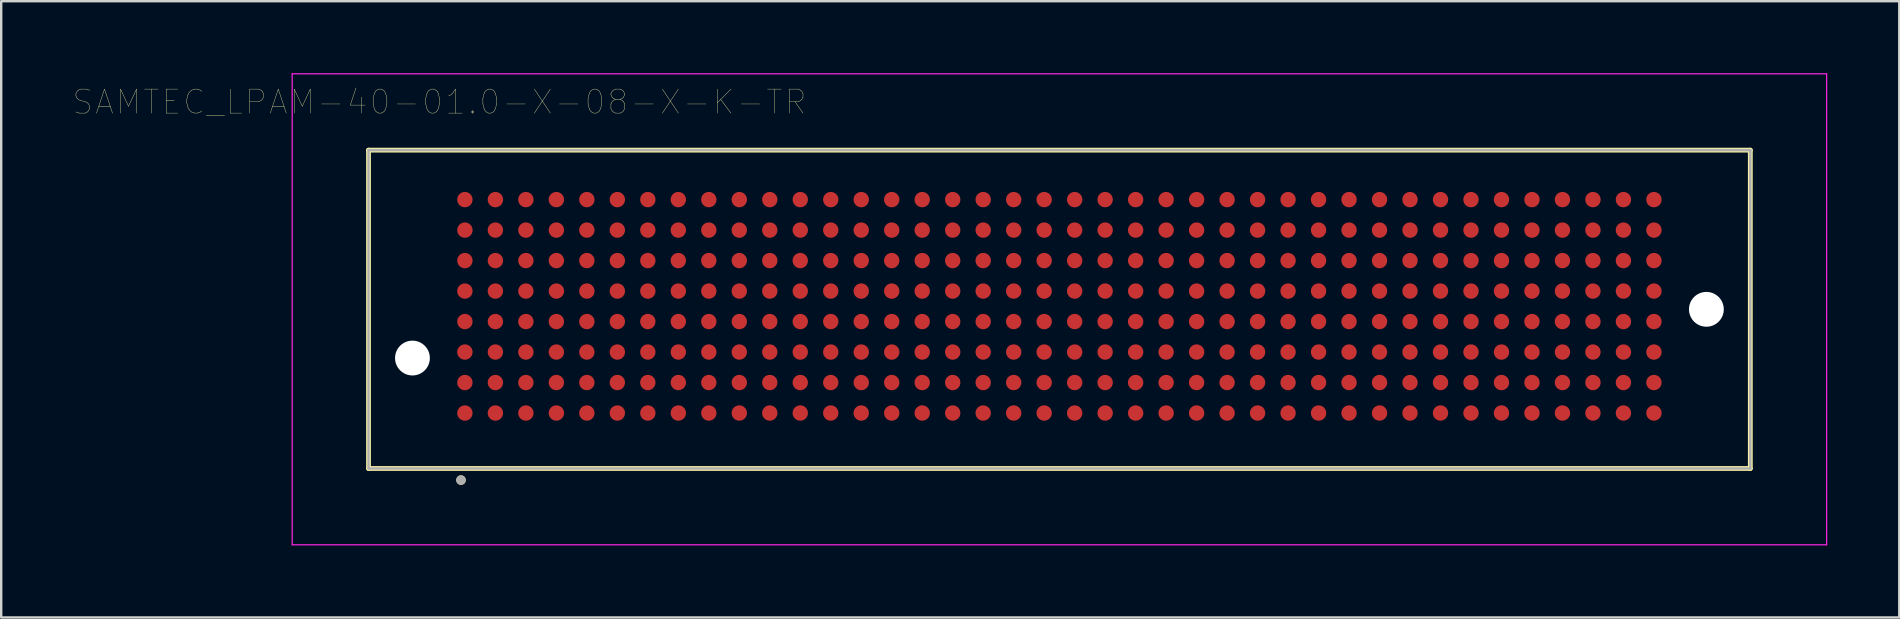
<source format=kicad_pcb>
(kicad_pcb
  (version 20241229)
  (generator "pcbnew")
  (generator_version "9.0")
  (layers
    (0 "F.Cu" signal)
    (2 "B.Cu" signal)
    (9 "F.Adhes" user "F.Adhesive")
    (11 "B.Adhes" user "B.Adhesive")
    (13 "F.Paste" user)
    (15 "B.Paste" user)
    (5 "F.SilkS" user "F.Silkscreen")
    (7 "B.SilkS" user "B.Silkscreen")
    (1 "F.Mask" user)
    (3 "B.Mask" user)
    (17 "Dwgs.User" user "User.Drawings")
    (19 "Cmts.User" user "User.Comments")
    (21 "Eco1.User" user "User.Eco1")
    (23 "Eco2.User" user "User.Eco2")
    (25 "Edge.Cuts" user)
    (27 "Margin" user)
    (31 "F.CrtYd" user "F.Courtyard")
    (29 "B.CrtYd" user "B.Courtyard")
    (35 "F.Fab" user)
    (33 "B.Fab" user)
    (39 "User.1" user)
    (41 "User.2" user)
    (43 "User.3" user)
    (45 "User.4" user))
  (footprint "SAMTEC_LPAM-40-01.0-X-08-X-K-TR"
    (layer "F.Cu")
    (at 41.081 9.835)
    (property "Reference" "SAMTEC_LPAM-40-01.0-X-08-X-K-TR" (at -25.825 -8.635 0) (layer "F.SilkS") (effects (font (size 1 1) (thickness 0.015))))
    (attr through_hole)
    (fp_line (start -28.78 -6.63) (end -28.78 6.63) (stroke (width 0.2) (type solid)) (layer "F.SilkS"))
    (fp_line (start -28.78 6.63) (end 28.78 6.63) (stroke (width 0.2) (type solid)) (layer "F.SilkS"))
    (fp_line (start 28.78 -6.63) (end -28.78 -6.63) (stroke (width 0.2) (type solid)) (layer "F.SilkS"))
    (fp_line (start 28.78 6.63) (end 28.78 -6.63) (stroke (width 0.2) (type solid)) (layer "F.SilkS"))
    (fp_circle (center -24.928 7.114) (end -24.828 7.114) (stroke (width 0.2) (type solid)) (fill no) (layer "F.SilkS"))
    (fp_poly (pts (xy -25.275 -5.08) (xy -25.275 -4.06) (xy -24.255 -4.06) (xy -24.255 -5.08)) (stroke (width 0.01) (type solid)) (fill yes) (layer "F.Paste"))
    (fp_poly (pts (xy -25.275 -3.81) (xy -25.275 -2.79) (xy -24.255 -2.79) (xy -24.255 -3.81)) (stroke (width 0.01) (type solid)) (fill yes) (layer "F.Paste"))
    (fp_poly (pts (xy -25.275 -2.54) (xy -25.275 -1.52) (xy -24.255 -1.52) (xy -24.255 -2.54)) (stroke (width 0.01) (type solid)) (fill yes) (layer "F.Paste"))
    (fp_poly (pts (xy -25.275 -1.27) (xy -25.275 -0.25) (xy -24.255 -0.25) (xy -24.255 -1.27)) (stroke (width 0.01) (type solid)) (fill yes) (layer "F.Paste"))
    (fp_poly (pts (xy -25.275 0) (xy -25.275 1.02) (xy -24.255 1.02) (xy -24.255 0)) (stroke (width 0.01) (type solid)) (fill yes) (layer "F.Paste"))
    (fp_poly (pts (xy -25.275 1.27) (xy -25.275 2.29) (xy -24.255 2.29) (xy -24.255 1.27)) (stroke (width 0.01) (type solid)) (fill yes) (layer "F.Paste"))
    (fp_poly (pts (xy -25.275 2.54) (xy -25.275 3.56) (xy -24.255 3.56) (xy -24.255 2.54)) (stroke (width 0.01) (type solid)) (fill yes) (layer "F.Paste"))
    (fp_poly (pts (xy -25.275 3.81) (xy -25.275 4.83) (xy -24.255 4.83) (xy -24.255 3.81)) (stroke (width 0.01) (type solid)) (fill yes) (layer "F.Paste"))
    (fp_poly (pts (xy -24.005 -5.08) (xy -24.005 -4.06) (xy -22.985 -4.06) (xy -22.985 -5.08)) (stroke (width 0.01) (type solid)) (fill yes) (layer "F.Paste"))
    (fp_poly (pts (xy -24.005 -3.81) (xy -24.005 -2.79) (xy -22.985 -2.79) (xy -22.985 -3.81)) (stroke (width 0.01) (type solid)) (fill yes) (layer "F.Paste"))
    (fp_poly (pts (xy -24.005 -2.54) (xy -24.005 -1.52) (xy -22.985 -1.52) (xy -22.985 -2.54)) (stroke (width 0.01) (type solid)) (fill yes) (layer "F.Paste"))
    (fp_poly (pts (xy -24.005 -1.27) (xy -24.005 -0.25) (xy -22.985 -0.25) (xy -22.985 -1.27)) (stroke (width 0.01) (type solid)) (fill yes) (layer "F.Paste"))
    (fp_poly (pts (xy -24.005 0) (xy -24.005 1.02) (xy -22.985 1.02) (xy -22.985 0)) (stroke (width 0.01) (type solid)) (fill yes) (layer "F.Paste"))
    (fp_poly (pts (xy -24.005 1.27) (xy -24.005 2.29) (xy -22.985 2.29) (xy -22.985 1.27)) (stroke (width 0.01) (type solid)) (fill yes) (layer "F.Paste"))
    (fp_poly (pts (xy -24.005 2.54) (xy -24.005 3.56) (xy -22.985 3.56) (xy -22.985 2.54)) (stroke (width 0.01) (type solid)) (fill yes) (layer "F.Paste"))
    (fp_poly (pts (xy -24.005 3.81) (xy -24.005 4.83) (xy -22.985 4.83) (xy -22.985 3.81)) (stroke (width 0.01) (type solid)) (fill yes) (layer "F.Paste"))
    (fp_poly (pts (xy -22.735 -5.08) (xy -22.735 -4.06) (xy -21.715 -4.06) (xy -21.715 -5.08)) (stroke (width 0.01) (type solid)) (fill yes) (layer "F.Paste"))
    (fp_poly (pts (xy -22.735 -3.81) (xy -22.735 -2.79) (xy -21.715 -2.79) (xy -21.715 -3.81)) (stroke (width 0.01) (type solid)) (fill yes) (layer "F.Paste"))
    (fp_poly (pts (xy -22.735 -2.54) (xy -22.735 -1.52) (xy -21.715 -1.52) (xy -21.715 -2.54)) (stroke (width 0.01) (type solid)) (fill yes) (layer "F.Paste"))
    (fp_poly (pts (xy -22.735 -1.27) (xy -22.735 -0.25) (xy -21.715 -0.25) (xy -21.715 -1.27)) (stroke (width 0.01) (type solid)) (fill yes) (layer "F.Paste"))
    (fp_poly (pts (xy -22.735 0) (xy -22.735 1.02) (xy -21.715 1.02) (xy -21.715 0)) (stroke (width 0.01) (type solid)) (fill yes) (layer "F.Paste"))
    (fp_poly (pts (xy -22.735 1.27) (xy -22.735 2.29) (xy -21.715 2.29) (xy -21.715 1.27)) (stroke (width 0.01) (type solid)) (fill yes) (layer "F.Paste"))
    (fp_poly (pts (xy -22.735 2.54) (xy -22.735 3.56) (xy -21.715 3.56) (xy -21.715 2.54)) (stroke (width 0.01) (type solid)) (fill yes) (layer "F.Paste"))
    (fp_poly (pts (xy -22.735 3.81) (xy -22.735 4.83) (xy -21.715 4.83) (xy -21.715 3.81)) (stroke (width 0.01) (type solid)) (fill yes) (layer "F.Paste"))
    (fp_poly (pts (xy -21.465 -5.08) (xy -21.465 -4.06) (xy -20.445 -4.06) (xy -20.445 -5.08)) (stroke (width 0.01) (type solid)) (fill yes) (layer "F.Paste"))
    (fp_poly (pts (xy -21.465 -3.81) (xy -21.465 -2.79) (xy -20.445 -2.79) (xy -20.445 -3.81)) (stroke (width 0.01) (type solid)) (fill yes) (layer "F.Paste"))
    (fp_poly (pts (xy -21.465 -2.54) (xy -21.465 -1.52) (xy -20.445 -1.52) (xy -20.445 -2.54)) (stroke (width 0.01) (type solid)) (fill yes) (layer "F.Paste"))
    (fp_poly (pts (xy -21.465 -1.27) (xy -21.465 -0.25) (xy -20.445 -0.25) (xy -20.445 -1.27)) (stroke (width 0.01) (type solid)) (fill yes) (layer "F.Paste"))
    (fp_poly (pts (xy -21.465 0) (xy -21.465 1.02) (xy -20.445 1.02) (xy -20.445 0)) (stroke (width 0.01) (type solid)) (fill yes) (layer "F.Paste"))
    (fp_poly (pts (xy -21.465 1.27) (xy -21.465 2.29) (xy -20.445 2.29) (xy -20.445 1.27)) (stroke (width 0.01) (type solid)) (fill yes) (layer "F.Paste"))
    (fp_poly (pts (xy -21.465 2.54) (xy -21.465 3.56) (xy -20.445 3.56) (xy -20.445 2.54)) (stroke (width 0.01) (type solid)) (fill yes) (layer "F.Paste"))
    (fp_poly (pts (xy -21.465 3.81) (xy -21.465 4.83) (xy -20.445 4.83) (xy -20.445 3.81)) (stroke (width 0.01) (type solid)) (fill yes) (layer "F.Paste"))
    (fp_poly (pts (xy -20.195 -5.08) (xy -20.195 -4.06) (xy -19.175 -4.06) (xy -19.175 -5.08)) (stroke (width 0.01) (type solid)) (fill yes) (layer "F.Paste"))
    (fp_poly (pts (xy -20.195 -3.81) (xy -20.195 -2.79) (xy -19.175 -2.79) (xy -19.175 -3.81)) (stroke (width 0.01) (type solid)) (fill yes) (layer "F.Paste"))
    (fp_poly (pts (xy -20.195 -2.54) (xy -20.195 -1.52) (xy -19.175 -1.52) (xy -19.175 -2.54)) (stroke (width 0.01) (type solid)) (fill yes) (layer "F.Paste"))
    (fp_poly (pts (xy -20.195 -1.27) (xy -20.195 -0.25) (xy -19.175 -0.25) (xy -19.175 -1.27)) (stroke (width 0.01) (type solid)) (fill yes) (layer "F.Paste"))
    (fp_poly (pts (xy -20.195 0) (xy -20.195 1.02) (xy -19.175 1.02) (xy -19.175 0)) (stroke (width 0.01) (type solid)) (fill yes) (layer "F.Paste"))
    (fp_poly (pts (xy -20.195 1.27) (xy -20.195 2.29) (xy -19.175 2.29) (xy -19.175 1.27)) (stroke (width 0.01) (type solid)) (fill yes) (layer "F.Paste"))
    (fp_poly (pts (xy -20.195 2.54) (xy -20.195 3.56) (xy -19.175 3.56) (xy -19.175 2.54)) (stroke (width 0.01) (type solid)) (fill yes) (layer "F.Paste"))
    (fp_poly (pts (xy -20.195 3.81) (xy -20.195 4.83) (xy -19.175 4.83) (xy -19.175 3.81)) (stroke (width 0.01) (type solid)) (fill yes) (layer "F.Paste"))
    (fp_poly (pts (xy -18.925 -5.08) (xy -18.925 -4.06) (xy -17.905 -4.06) (xy -17.905 -5.08)) (stroke (width 0.01) (type solid)) (fill yes) (layer "F.Paste"))
    (fp_poly (pts (xy -18.925 -3.81) (xy -18.925 -2.79) (xy -17.905 -2.79) (xy -17.905 -3.81)) (stroke (width 0.01) (type solid)) (fill yes) (layer "F.Paste"))
    (fp_poly (pts (xy -18.925 -2.54) (xy -18.925 -1.52) (xy -17.905 -1.52) (xy -17.905 -2.54)) (stroke (width 0.01) (type solid)) (fill yes) (layer "F.Paste"))
    (fp_poly (pts (xy -18.925 -1.27) (xy -18.925 -0.25) (xy -17.905 -0.25) (xy -17.905 -1.27)) (stroke (width 0.01) (type solid)) (fill yes) (layer "F.Paste"))
    (fp_poly (pts (xy -18.925 0) (xy -18.925 1.02) (xy -17.905 1.02) (xy -17.905 0)) (stroke (width 0.01) (type solid)) (fill yes) (layer "F.Paste"))
    (fp_poly (pts (xy -18.925 1.27) (xy -18.925 2.29) (xy -17.905 2.29) (xy -17.905 1.27)) (stroke (width 0.01) (type solid)) (fill yes) (layer "F.Paste"))
    (fp_poly (pts (xy -18.925 2.54) (xy -18.925 3.56) (xy -17.905 3.56) (xy -17.905 2.54)) (stroke (width 0.01) (type solid)) (fill yes) (layer "F.Paste"))
    (fp_poly (pts (xy -18.925 3.81) (xy -18.925 4.83) (xy -17.905 4.83) (xy -17.905 3.81)) (stroke (width 0.01) (type solid)) (fill yes) (layer "F.Paste"))
    (fp_poly (pts (xy -17.655 -5.08) (xy -17.655 -4.06) (xy -16.635 -4.06) (xy -16.635 -5.08)) (stroke (width 0.01) (type solid)) (fill yes) (layer "F.Paste"))
    (fp_poly (pts (xy -17.655 -3.81) (xy -17.655 -2.79) (xy -16.635 -2.79) (xy -16.635 -3.81)) (stroke (width 0.01) (type solid)) (fill yes) (layer "F.Paste"))
    (fp_poly (pts (xy -17.655 -2.54) (xy -17.655 -1.52) (xy -16.635 -1.52) (xy -16.635 -2.54)) (stroke (width 0.01) (type solid)) (fill yes) (layer "F.Paste"))
    (fp_poly (pts (xy -17.655 -1.27) (xy -17.655 -0.25) (xy -16.635 -0.25) (xy -16.635 -1.27)) (stroke (width 0.01) (type solid)) (fill yes) (layer "F.Paste"))
    (fp_poly (pts (xy -17.655 0) (xy -17.655 1.02) (xy -16.635 1.02) (xy -16.635 0)) (stroke (width 0.01) (type solid)) (fill yes) (layer "F.Paste"))
    (fp_poly (pts (xy -17.655 1.27) (xy -17.655 2.29) (xy -16.635 2.29) (xy -16.635 1.27)) (stroke (width 0.01) (type solid)) (fill yes) (layer "F.Paste"))
    (fp_poly (pts (xy -17.655 2.54) (xy -17.655 3.56) (xy -16.635 3.56) (xy -16.635 2.54)) (stroke (width 0.01) (type solid)) (fill yes) (layer "F.Paste"))
    (fp_poly (pts (xy -17.655 3.81) (xy -17.655 4.83) (xy -16.635 4.83) (xy -16.635 3.81)) (stroke (width 0.01) (type solid)) (fill yes) (layer "F.Paste"))
    (fp_poly (pts (xy -16.385 -5.08) (xy -16.385 -4.06) (xy -15.365 -4.06) (xy -15.365 -5.08)) (stroke (width 0.01) (type solid)) (fill yes) (layer "F.Paste"))
    (fp_poly (pts (xy -16.385 -3.81) (xy -16.385 -2.79) (xy -15.365 -2.79) (xy -15.365 -3.81)) (stroke (width 0.01) (type solid)) (fill yes) (layer "F.Paste"))
    (fp_poly (pts (xy -16.385 -2.54) (xy -16.385 -1.52) (xy -15.365 -1.52) (xy -15.365 -2.54)) (stroke (width 0.01) (type solid)) (fill yes) (layer "F.Paste"))
    (fp_poly (pts (xy -16.385 -1.27) (xy -16.385 -0.25) (xy -15.365 -0.25) (xy -15.365 -1.27)) (stroke (width 0.01) (type solid)) (fill yes) (layer "F.Paste"))
    (fp_poly (pts (xy -16.385 0) (xy -16.385 1.02) (xy -15.365 1.02) (xy -15.365 0)) (stroke (width 0.01) (type solid)) (fill yes) (layer "F.Paste"))
    (fp_poly (pts (xy -16.385 1.27) (xy -16.385 2.29) (xy -15.365 2.29) (xy -15.365 1.27)) (stroke (width 0.01) (type solid)) (fill yes) (layer "F.Paste"))
    (fp_poly (pts (xy -16.385 2.54) (xy -16.385 3.56) (xy -15.365 3.56) (xy -15.365 2.54)) (stroke (width 0.01) (type solid)) (fill yes) (layer "F.Paste"))
    (fp_poly (pts (xy -16.385 3.81) (xy -16.385 4.83) (xy -15.365 4.83) (xy -15.365 3.81)) (stroke (width 0.01) (type solid)) (fill yes) (layer "F.Paste"))
    (fp_poly (pts (xy -15.115 -5.08) (xy -15.115 -4.06) (xy -14.095 -4.06) (xy -14.095 -5.08)) (stroke (width 0.01) (type solid)) (fill yes) (layer "F.Paste"))
    (fp_poly (pts (xy -15.115 -3.81) (xy -15.115 -2.79) (xy -14.095 -2.79) (xy -14.095 -3.81)) (stroke (width 0.01) (type solid)) (fill yes) (layer "F.Paste"))
    (fp_poly (pts (xy -15.115 -2.54) (xy -15.115 -1.52) (xy -14.095 -1.52) (xy -14.095 -2.54)) (stroke (width 0.01) (type solid)) (fill yes) (layer "F.Paste"))
    (fp_poly (pts (xy -15.115 -1.27) (xy -15.115 -0.25) (xy -14.095 -0.25) (xy -14.095 -1.27)) (stroke (width 0.01) (type solid)) (fill yes) (layer "F.Paste"))
    (fp_poly (pts (xy -15.115 0) (xy -15.115 1.02) (xy -14.095 1.02) (xy -14.095 0)) (stroke (width 0.01) (type solid)) (fill yes) (layer "F.Paste"))
    (fp_poly (pts (xy -15.115 1.27) (xy -15.115 2.29) (xy -14.095 2.29) (xy -14.095 1.27)) (stroke (width 0.01) (type solid)) (fill yes) (layer "F.Paste"))
    (fp_poly (pts (xy -15.115 2.54) (xy -15.115 3.56) (xy -14.095 3.56) (xy -14.095 2.54)) (stroke (width 0.01) (type solid)) (fill yes) (layer "F.Paste"))
    (fp_poly (pts (xy -15.115 3.81) (xy -15.115 4.83) (xy -14.095 4.83) (xy -14.095 3.81)) (stroke (width 0.01) (type solid)) (fill yes) (layer "F.Paste"))
    (fp_poly (pts (xy -13.845 -5.08) (xy -13.845 -4.06) (xy -12.825 -4.06) (xy -12.825 -5.08)) (stroke (width 0.01) (type solid)) (fill yes) (layer "F.Paste"))
    (fp_poly (pts (xy -13.845 -3.81) (xy -13.845 -2.79) (xy -12.825 -2.79) (xy -12.825 -3.81)) (stroke (width 0.01) (type solid)) (fill yes) (layer "F.Paste"))
    (fp_poly (pts (xy -13.845 -2.54) (xy -13.845 -1.52) (xy -12.825 -1.52) (xy -12.825 -2.54)) (stroke (width 0.01) (type solid)) (fill yes) (layer "F.Paste"))
    (fp_poly (pts (xy -13.845 -1.27) (xy -13.845 -0.25) (xy -12.825 -0.25) (xy -12.825 -1.27)) (stroke (width 0.01) (type solid)) (fill yes) (layer "F.Paste"))
    (fp_poly (pts (xy -13.845 0) (xy -13.845 1.02) (xy -12.825 1.02) (xy -12.825 0)) (stroke (width 0.01) (type solid)) (fill yes) (layer "F.Paste"))
    (fp_poly (pts (xy -13.845 1.27) (xy -13.845 2.29) (xy -12.825 2.29) (xy -12.825 1.27)) (stroke (width 0.01) (type solid)) (fill yes) (layer "F.Paste"))
    (fp_poly (pts (xy -13.845 2.54) (xy -13.845 3.56) (xy -12.825 3.56) (xy -12.825 2.54)) (stroke (width 0.01) (type solid)) (fill yes) (layer "F.Paste"))
    (fp_poly (pts (xy -13.845 3.81) (xy -13.845 4.83) (xy -12.825 4.83) (xy -12.825 3.81)) (stroke (width 0.01) (type solid)) (fill yes) (layer "F.Paste"))
    (fp_poly (pts (xy -12.575 -5.08) (xy -12.575 -4.06) (xy -11.555 -4.06) (xy -11.555 -5.08)) (stroke (width 0.01) (type solid)) (fill yes) (layer "F.Paste"))
    (fp_poly (pts (xy -12.575 -3.81) (xy -12.575 -2.79) (xy -11.555 -2.79) (xy -11.555 -3.81)) (stroke (width 0.01) (type solid)) (fill yes) (layer "F.Paste"))
    (fp_poly (pts (xy -12.575 -2.54) (xy -12.575 -1.52) (xy -11.555 -1.52) (xy -11.555 -2.54)) (stroke (width 0.01) (type solid)) (fill yes) (layer "F.Paste"))
    (fp_poly (pts (xy -12.575 -1.27) (xy -12.575 -0.25) (xy -11.555 -0.25) (xy -11.555 -1.27)) (stroke (width 0.01) (type solid)) (fill yes) (layer "F.Paste"))
    (fp_poly (pts (xy -12.575 0) (xy -12.575 1.02) (xy -11.555 1.02) (xy -11.555 0)) (stroke (width 0.01) (type solid)) (fill yes) (layer "F.Paste"))
    (fp_poly (pts (xy -12.575 1.27) (xy -12.575 2.29) (xy -11.555 2.29) (xy -11.555 1.27)) (stroke (width 0.01) (type solid)) (fill yes) (layer "F.Paste"))
    (fp_poly (pts (xy -12.575 2.54) (xy -12.575 3.56) (xy -11.555 3.56) (xy -11.555 2.54)) (stroke (width 0.01) (type solid)) (fill yes) (layer "F.Paste"))
    (fp_poly (pts (xy -12.575 3.81) (xy -12.575 4.83) (xy -11.555 4.83) (xy -11.555 3.81)) (stroke (width 0.01) (type solid)) (fill yes) (layer "F.Paste"))
    (fp_poly (pts (xy -11.305 -5.08) (xy -11.305 -4.06) (xy -10.285 -4.06) (xy -10.285 -5.08)) (stroke (width 0.01) (type solid)) (fill yes) (layer "F.Paste"))
    (fp_poly (pts (xy -11.305 -3.81) (xy -11.305 -2.79) (xy -10.285 -2.79) (xy -10.285 -3.81)) (stroke (width 0.01) (type solid)) (fill yes) (layer "F.Paste"))
    (fp_poly (pts (xy -11.305 -2.54) (xy -11.305 -1.52) (xy -10.285 -1.52) (xy -10.285 -2.54)) (stroke (width 0.01) (type solid)) (fill yes) (layer "F.Paste"))
    (fp_poly (pts (xy -11.305 -1.27) (xy -11.305 -0.25) (xy -10.285 -0.25) (xy -10.285 -1.27)) (stroke (width 0.01) (type solid)) (fill yes) (layer "F.Paste"))
    (fp_poly (pts (xy -11.305 0) (xy -11.305 1.02) (xy -10.285 1.02) (xy -10.285 0)) (stroke (width 0.01) (type solid)) (fill yes) (layer "F.Paste"))
    (fp_poly (pts (xy -11.305 1.27) (xy -11.305 2.29) (xy -10.285 2.29) (xy -10.285 1.27)) (stroke (width 0.01) (type solid)) (fill yes) (layer "F.Paste"))
    (fp_poly (pts (xy -11.305 2.54) (xy -11.305 3.56) (xy -10.285 3.56) (xy -10.285 2.54)) (stroke (width 0.01) (type solid)) (fill yes) (layer "F.Paste"))
    (fp_poly (pts (xy -11.305 3.81) (xy -11.305 4.83) (xy -10.285 4.83) (xy -10.285 3.81)) (stroke (width 0.01) (type solid)) (fill yes) (layer "F.Paste"))
    (fp_poly (pts (xy -10.035 -5.08) (xy -10.035 -4.06) (xy -9.015 -4.06) (xy -9.015 -5.08)) (stroke (width 0.01) (type solid)) (fill yes) (layer "F.Paste"))
    (fp_poly (pts (xy -10.035 -3.81) (xy -10.035 -2.79) (xy -9.015 -2.79) (xy -9.015 -3.81)) (stroke (width 0.01) (type solid)) (fill yes) (layer "F.Paste"))
    (fp_poly (pts (xy -10.035 -2.54) (xy -10.035 -1.52) (xy -9.015 -1.52) (xy -9.015 -2.54)) (stroke (width 0.01) (type solid)) (fill yes) (layer "F.Paste"))
    (fp_poly (pts (xy -10.035 -1.27) (xy -10.035 -0.25) (xy -9.015 -0.25) (xy -9.015 -1.27)) (stroke (width 0.01) (type solid)) (fill yes) (layer "F.Paste"))
    (fp_poly (pts (xy -10.035 0) (xy -10.035 1.02) (xy -9.015 1.02) (xy -9.015 0)) (stroke (width 0.01) (type solid)) (fill yes) (layer "F.Paste"))
    (fp_poly (pts (xy -10.035 1.27) (xy -10.035 2.29) (xy -9.015 2.29) (xy -9.015 1.27)) (stroke (width 0.01) (type solid)) (fill yes) (layer "F.Paste"))
    (fp_poly (pts (xy -10.035 2.54) (xy -10.035 3.56) (xy -9.015 3.56) (xy -9.015 2.54)) (stroke (width 0.01) (type solid)) (fill yes) (layer "F.Paste"))
    (fp_poly (pts (xy -10.035 3.81) (xy -10.035 4.83) (xy -9.015 4.83) (xy -9.015 3.81)) (stroke (width 0.01) (type solid)) (fill yes) (layer "F.Paste"))
    (fp_poly (pts (xy -8.765 -5.08) (xy -8.765 -4.06) (xy -7.745 -4.06) (xy -7.745 -5.08)) (stroke (width 0.01) (type solid)) (fill yes) (layer "F.Paste"))
    (fp_poly (pts (xy -8.765 -3.81) (xy -8.765 -2.79) (xy -7.745 -2.79) (xy -7.745 -3.81)) (stroke (width 0.01) (type solid)) (fill yes) (layer "F.Paste"))
    (fp_poly (pts (xy -8.765 -2.54) (xy -8.765 -1.52) (xy -7.745 -1.52) (xy -7.745 -2.54)) (stroke (width 0.01) (type solid)) (fill yes) (layer "F.Paste"))
    (fp_poly (pts (xy -8.765 -1.27) (xy -8.765 -0.25) (xy -7.745 -0.25) (xy -7.745 -1.27)) (stroke (width 0.01) (type solid)) (fill yes) (layer "F.Paste"))
    (fp_poly (pts (xy -8.765 0) (xy -8.765 1.02) (xy -7.745 1.02) (xy -7.745 0)) (stroke (width 0.01) (type solid)) (fill yes) (layer "F.Paste"))
    (fp_poly (pts (xy -8.765 1.27) (xy -8.765 2.29) (xy -7.745 2.29) (xy -7.745 1.27)) (stroke (width 0.01) (type solid)) (fill yes) (layer "F.Paste"))
    (fp_poly (pts (xy -8.765 2.54) (xy -8.765 3.56) (xy -7.745 3.56) (xy -7.745 2.54)) (stroke (width 0.01) (type solid)) (fill yes) (layer "F.Paste"))
    (fp_poly (pts (xy -8.765 3.81) (xy -8.765 4.83) (xy -7.745 4.83) (xy -7.745 3.81)) (stroke (width 0.01) (type solid)) (fill yes) (layer "F.Paste"))
    (fp_poly (pts (xy -7.495 -5.08) (xy -7.495 -4.06) (xy -6.475 -4.06) (xy -6.475 -5.08)) (stroke (width 0.01) (type solid)) (fill yes) (layer "F.Paste"))
    (fp_poly (pts (xy -7.495 -3.81) (xy -7.495 -2.79) (xy -6.475 -2.79) (xy -6.475 -3.81)) (stroke (width 0.01) (type solid)) (fill yes) (layer "F.Paste"))
    (fp_poly (pts (xy -7.495 -2.54) (xy -7.495 -1.52) (xy -6.475 -1.52) (xy -6.475 -2.54)) (stroke (width 0.01) (type solid)) (fill yes) (layer "F.Paste"))
    (fp_poly (pts (xy -7.495 -1.27) (xy -7.495 -0.25) (xy -6.475 -0.25) (xy -6.475 -1.27)) (stroke (width 0.01) (type solid)) (fill yes) (layer "F.Paste"))
    (fp_poly (pts (xy -7.495 0) (xy -7.495 1.02) (xy -6.475 1.02) (xy -6.475 0)) (stroke (width 0.01) (type solid)) (fill yes) (layer "F.Paste"))
    (fp_poly (pts (xy -7.495 1.27) (xy -7.495 2.29) (xy -6.475 2.29) (xy -6.475 1.27)) (stroke (width 0.01) (type solid)) (fill yes) (layer "F.Paste"))
    (fp_poly (pts (xy -7.495 2.54) (xy -7.495 3.56) (xy -6.475 3.56) (xy -6.475 2.54)) (stroke (width 0.01) (type solid)) (fill yes) (layer "F.Paste"))
    (fp_poly (pts (xy -7.495 3.81) (xy -7.495 4.83) (xy -6.475 4.83) (xy -6.475 3.81)) (stroke (width 0.01) (type solid)) (fill yes) (layer "F.Paste"))
    (fp_poly (pts (xy -6.225 -5.08) (xy -6.225 -4.06) (xy -5.205 -4.06) (xy -5.205 -5.08)) (stroke (width 0.01) (type solid)) (fill yes) (layer "F.Paste"))
    (fp_poly (pts (xy -6.225 -3.81) (xy -6.225 -2.79) (xy -5.205 -2.79) (xy -5.205 -3.81)) (stroke (width 0.01) (type solid)) (fill yes) (layer "F.Paste"))
    (fp_poly (pts (xy -6.225 -2.54) (xy -6.225 -1.52) (xy -5.205 -1.52) (xy -5.205 -2.54)) (stroke (width 0.01) (type solid)) (fill yes) (layer "F.Paste"))
    (fp_poly (pts (xy -6.225 -1.27) (xy -6.225 -0.25) (xy -5.205 -0.25) (xy -5.205 -1.27)) (stroke (width 0.01) (type solid)) (fill yes) (layer "F.Paste"))
    (fp_poly (pts (xy -6.225 0) (xy -6.225 1.02) (xy -5.205 1.02) (xy -5.205 0)) (stroke (width 0.01) (type solid)) (fill yes) (layer "F.Paste"))
    (fp_poly (pts (xy -6.225 1.27) (xy -6.225 2.29) (xy -5.205 2.29) (xy -5.205 1.27)) (stroke (width 0.01) (type solid)) (fill yes) (layer "F.Paste"))
    (fp_poly (pts (xy -6.225 2.54) (xy -6.225 3.56) (xy -5.205 3.56) (xy -5.205 2.54)) (stroke (width 0.01) (type solid)) (fill yes) (layer "F.Paste"))
    (fp_poly (pts (xy -6.225 3.81) (xy -6.225 4.83) (xy -5.205 4.83) (xy -5.205 3.81)) (stroke (width 0.01) (type solid)) (fill yes) (layer "F.Paste"))
    (fp_poly (pts (xy -4.955 -5.08) (xy -4.955 -4.06) (xy -3.935 -4.06) (xy -3.935 -5.08)) (stroke (width 0.01) (type solid)) (fill yes) (layer "F.Paste"))
    (fp_poly (pts (xy -4.955 -3.81) (xy -4.955 -2.79) (xy -3.935 -2.79) (xy -3.935 -3.81)) (stroke (width 0.01) (type solid)) (fill yes) (layer "F.Paste"))
    (fp_poly (pts (xy -4.955 -2.54) (xy -4.955 -1.52) (xy -3.935 -1.52) (xy -3.935 -2.54)) (stroke (width 0.01) (type solid)) (fill yes) (layer "F.Paste"))
    (fp_poly (pts (xy -4.955 -1.27) (xy -4.955 -0.25) (xy -3.935 -0.25) (xy -3.935 -1.27)) (stroke (width 0.01) (type solid)) (fill yes) (layer "F.Paste"))
    (fp_poly (pts (xy -4.955 0) (xy -4.955 1.02) (xy -3.935 1.02) (xy -3.935 0)) (stroke (width 0.01) (type solid)) (fill yes) (layer "F.Paste"))
    (fp_poly (pts (xy -4.955 1.27) (xy -4.955 2.29) (xy -3.935 2.29) (xy -3.935 1.27)) (stroke (width 0.01) (type solid)) (fill yes) (layer "F.Paste"))
    (fp_poly (pts (xy -4.955 2.54) (xy -4.955 3.56) (xy -3.935 3.56) (xy -3.935 2.54)) (stroke (width 0.01) (type solid)) (fill yes) (layer "F.Paste"))
    (fp_poly (pts (xy -4.955 3.81) (xy -4.955 4.83) (xy -3.935 4.83) (xy -3.935 3.81)) (stroke (width 0.01) (type solid)) (fill yes) (layer "F.Paste"))
    (fp_poly (pts (xy -3.685 -5.08) (xy -3.685 -4.06) (xy -2.665 -4.06) (xy -2.665 -5.08)) (stroke (width 0.01) (type solid)) (fill yes) (layer "F.Paste"))
    (fp_poly (pts (xy -3.685 -3.81) (xy -3.685 -2.79) (xy -2.665 -2.79) (xy -2.665 -3.81)) (stroke (width 0.01) (type solid)) (fill yes) (layer "F.Paste"))
    (fp_poly (pts (xy -3.685 -2.54) (xy -3.685 -1.52) (xy -2.665 -1.52) (xy -2.665 -2.54)) (stroke (width 0.01) (type solid)) (fill yes) (layer "F.Paste"))
    (fp_poly (pts (xy -3.685 -1.27) (xy -3.685 -0.25) (xy -2.665 -0.25) (xy -2.665 -1.27)) (stroke (width 0.01) (type solid)) (fill yes) (layer "F.Paste"))
    (fp_poly (pts (xy -3.685 0) (xy -3.685 1.02) (xy -2.665 1.02) (xy -2.665 0)) (stroke (width 0.01) (type solid)) (fill yes) (layer "F.Paste"))
    (fp_poly (pts (xy -3.685 1.27) (xy -3.685 2.29) (xy -2.665 2.29) (xy -2.665 1.27)) (stroke (width 0.01) (type solid)) (fill yes) (layer "F.Paste"))
    (fp_poly (pts (xy -3.685 2.54) (xy -3.685 3.56) (xy -2.665 3.56) (xy -2.665 2.54)) (stroke (width 0.01) (type solid)) (fill yes) (layer "F.Paste"))
    (fp_poly (pts (xy -3.685 3.81) (xy -3.685 4.83) (xy -2.665 4.83) (xy -2.665 3.81)) (stroke (width 0.01) (type solid)) (fill yes) (layer "F.Paste"))
    (fp_poly (pts (xy -2.415 -5.08) (xy -2.415 -4.06) (xy -1.395 -4.06) (xy -1.395 -5.08)) (stroke (width 0.01) (type solid)) (fill yes) (layer "F.Paste"))
    (fp_poly (pts (xy -2.415 -3.81) (xy -2.415 -2.79) (xy -1.395 -2.79) (xy -1.395 -3.81)) (stroke (width 0.01) (type solid)) (fill yes) (layer "F.Paste"))
    (fp_poly (pts (xy -2.415 -2.54) (xy -2.415 -1.52) (xy -1.395 -1.52) (xy -1.395 -2.54)) (stroke (width 0.01) (type solid)) (fill yes) (layer "F.Paste"))
    (fp_poly (pts (xy -2.415 -1.27) (xy -2.415 -0.25) (xy -1.395 -0.25) (xy -1.395 -1.27)) (stroke (width 0.01) (type solid)) (fill yes) (layer "F.Paste"))
    (fp_poly (pts (xy -2.415 0) (xy -2.415 1.02) (xy -1.395 1.02) (xy -1.395 0)) (stroke (width 0.01) (type solid)) (fill yes) (layer "F.Paste"))
    (fp_poly (pts (xy -2.415 1.27) (xy -2.415 2.29) (xy -1.395 2.29) (xy -1.395 1.27)) (stroke (width 0.01) (type solid)) (fill yes) (layer "F.Paste"))
    (fp_poly (pts (xy -2.415 2.54) (xy -2.415 3.56) (xy -1.395 3.56) (xy -1.395 2.54)) (stroke (width 0.01) (type solid)) (fill yes) (layer "F.Paste"))
    (fp_poly (pts (xy -2.415 3.81) (xy -2.415 4.83) (xy -1.395 4.83) (xy -1.395 3.81)) (stroke (width 0.01) (type solid)) (fill yes) (layer "F.Paste"))
    (fp_poly (pts (xy -1.145 -5.08) (xy -1.145 -4.06) (xy -0.125 -4.06) (xy -0.125 -5.08)) (stroke (width 0.01) (type solid)) (fill yes) (layer "F.Paste"))
    (fp_poly (pts (xy -1.145 -3.81) (xy -1.145 -2.79) (xy -0.125 -2.79) (xy -0.125 -3.81)) (stroke (width 0.01) (type solid)) (fill yes) (layer "F.Paste"))
    (fp_poly (pts (xy -1.145 -2.54) (xy -1.145 -1.52) (xy -0.125 -1.52) (xy -0.125 -2.54)) (stroke (width 0.01) (type solid)) (fill yes) (layer "F.Paste"))
    (fp_poly (pts (xy -1.145 -1.27) (xy -1.145 -0.25) (xy -0.125 -0.25) (xy -0.125 -1.27)) (stroke (width 0.01) (type solid)) (fill yes) (layer "F.Paste"))
    (fp_poly (pts (xy -1.145 0) (xy -1.145 1.02) (xy -0.125 1.02) (xy -0.125 0)) (stroke (width 0.01) (type solid)) (fill yes) (layer "F.Paste"))
    (fp_poly (pts (xy -1.145 1.27) (xy -1.145 2.29) (xy -0.125 2.29) (xy -0.125 1.27)) (stroke (width 0.01) (type solid)) (fill yes) (layer "F.Paste"))
    (fp_poly (pts (xy -1.145 2.54) (xy -1.145 3.56) (xy -0.125 3.56) (xy -0.125 2.54)) (stroke (width 0.01) (type solid)) (fill yes) (layer "F.Paste"))
    (fp_poly (pts (xy -1.145 3.81) (xy -1.145 4.83) (xy -0.125 4.83) (xy -0.125 3.81)) (stroke (width 0.01) (type solid)) (fill yes) (layer "F.Paste"))
    (fp_poly (pts (xy 0.125 -5.08) (xy 0.125 -4.06) (xy 1.145 -4.06) (xy 1.145 -5.08)) (stroke (width 0.01) (type solid)) (fill yes) (layer "F.Paste"))
    (fp_poly (pts (xy 0.125 -3.81) (xy 0.125 -2.79) (xy 1.145 -2.79) (xy 1.145 -3.81)) (stroke (width 0.01) (type solid)) (fill yes) (layer "F.Paste"))
    (fp_poly (pts (xy 0.125 -2.54) (xy 0.125 -1.52) (xy 1.145 -1.52) (xy 1.145 -2.54)) (stroke (width 0.01) (type solid)) (fill yes) (layer "F.Paste"))
    (fp_poly (pts (xy 0.125 -1.27) (xy 0.125 -0.25) (xy 1.145 -0.25) (xy 1.145 -1.27)) (stroke (width 0.01) (type solid)) (fill yes) (layer "F.Paste"))
    (fp_poly (pts (xy 0.125 0) (xy 0.125 1.02) (xy 1.145 1.02) (xy 1.145 0)) (stroke (width 0.01) (type solid)) (fill yes) (layer "F.Paste"))
    (fp_poly (pts (xy 0.125 1.27) (xy 0.125 2.29) (xy 1.145 2.29) (xy 1.145 1.27)) (stroke (width 0.01) (type solid)) (fill yes) (layer "F.Paste"))
    (fp_poly (pts (xy 0.125 2.54) (xy 0.125 3.56) (xy 1.145 3.56) (xy 1.145 2.54)) (stroke (width 0.01) (type solid)) (fill yes) (layer "F.Paste"))
    (fp_poly (pts (xy 0.125 3.81) (xy 0.125 4.83) (xy 1.145 4.83) (xy 1.145 3.81)) (stroke (width 0.01) (type solid)) (fill yes) (layer "F.Paste"))
    (fp_poly (pts (xy 1.395 -5.08) (xy 1.395 -4.06) (xy 2.415 -4.06) (xy 2.415 -5.08)) (stroke (width 0.01) (type solid)) (fill yes) (layer "F.Paste"))
    (fp_poly (pts (xy 1.395 -3.81) (xy 1.395 -2.79) (xy 2.415 -2.79) (xy 2.415 -3.81)) (stroke (width 0.01) (type solid)) (fill yes) (layer "F.Paste"))
    (fp_poly (pts (xy 1.395 -2.54) (xy 1.395 -1.52) (xy 2.415 -1.52) (xy 2.415 -2.54)) (stroke (width 0.01) (type solid)) (fill yes) (layer "F.Paste"))
    (fp_poly (pts (xy 1.395 -1.27) (xy 1.395 -0.25) (xy 2.415 -0.25) (xy 2.415 -1.27)) (stroke (width 0.01) (type solid)) (fill yes) (layer "F.Paste"))
    (fp_poly (pts (xy 1.395 0) (xy 1.395 1.02) (xy 2.415 1.02) (xy 2.415 0)) (stroke (width 0.01) (type solid)) (fill yes) (layer "F.Paste"))
    (fp_poly (pts (xy 1.395 1.27) (xy 1.395 2.29) (xy 2.415 2.29) (xy 2.415 1.27)) (stroke (width 0.01) (type solid)) (fill yes) (layer "F.Paste"))
    (fp_poly (pts (xy 1.395 2.54) (xy 1.395 3.56) (xy 2.415 3.56) (xy 2.415 2.54)) (stroke (width 0.01) (type solid)) (fill yes) (layer "F.Paste"))
    (fp_poly (pts (xy 1.395 3.81) (xy 1.395 4.83) (xy 2.415 4.83) (xy 2.415 3.81)) (stroke (width 0.01) (type solid)) (fill yes) (layer "F.Paste"))
    (fp_poly (pts (xy 2.665 -5.08) (xy 2.665 -4.06) (xy 3.685 -4.06) (xy 3.685 -5.08)) (stroke (width 0.01) (type solid)) (fill yes) (layer "F.Paste"))
    (fp_poly (pts (xy 2.665 -3.81) (xy 2.665 -2.79) (xy 3.685 -2.79) (xy 3.685 -3.81)) (stroke (width 0.01) (type solid)) (fill yes) (layer "F.Paste"))
    (fp_poly (pts (xy 2.665 -2.54) (xy 2.665 -1.52) (xy 3.685 -1.52) (xy 3.685 -2.54)) (stroke (width 0.01) (type solid)) (fill yes) (layer "F.Paste"))
    (fp_poly (pts (xy 2.665 -1.27) (xy 2.665 -0.25) (xy 3.685 -0.25) (xy 3.685 -1.27)) (stroke (width 0.01) (type solid)) (fill yes) (layer "F.Paste"))
    (fp_poly (pts (xy 2.665 0) (xy 2.665 1.02) (xy 3.685 1.02) (xy 3.685 0)) (stroke (width 0.01) (type solid)) (fill yes) (layer "F.Paste"))
    (fp_poly (pts (xy 2.665 1.27) (xy 2.665 2.29) (xy 3.685 2.29) (xy 3.685 1.27)) (stroke (width 0.01) (type solid)) (fill yes) (layer "F.Paste"))
    (fp_poly (pts (xy 2.665 2.54) (xy 2.665 3.56) (xy 3.685 3.56) (xy 3.685 2.54)) (stroke (width 0.01) (type solid)) (fill yes) (layer "F.Paste"))
    (fp_poly (pts (xy 2.665 3.81) (xy 2.665 4.83) (xy 3.685 4.83) (xy 3.685 3.81)) (stroke (width 0.01) (type solid)) (fill yes) (layer "F.Paste"))
    (fp_poly (pts (xy 3.935 -5.08) (xy 3.935 -4.06) (xy 4.955 -4.06) (xy 4.955 -5.08)) (stroke (width 0.01) (type solid)) (fill yes) (layer "F.Paste"))
    (fp_poly (pts (xy 3.935 -3.81) (xy 3.935 -2.79) (xy 4.955 -2.79) (xy 4.955 -3.81)) (stroke (width 0.01) (type solid)) (fill yes) (layer "F.Paste"))
    (fp_poly (pts (xy 3.935 -2.54) (xy 3.935 -1.52) (xy 4.955 -1.52) (xy 4.955 -2.54)) (stroke (width 0.01) (type solid)) (fill yes) (layer "F.Paste"))
    (fp_poly (pts (xy 3.935 -1.27) (xy 3.935 -0.25) (xy 4.955 -0.25) (xy 4.955 -1.27)) (stroke (width 0.01) (type solid)) (fill yes) (layer "F.Paste"))
    (fp_poly (pts (xy 3.935 0) (xy 3.935 1.02) (xy 4.955 1.02) (xy 4.955 0)) (stroke (width 0.01) (type solid)) (fill yes) (layer "F.Paste"))
    (fp_poly (pts (xy 3.935 1.27) (xy 3.935 2.29) (xy 4.955 2.29) (xy 4.955 1.27)) (stroke (width 0.01) (type solid)) (fill yes) (layer "F.Paste"))
    (fp_poly (pts (xy 3.935 2.54) (xy 3.935 3.56) (xy 4.955 3.56) (xy 4.955 2.54)) (stroke (width 0.01) (type solid)) (fill yes) (layer "F.Paste"))
    (fp_poly (pts (xy 3.935 3.81) (xy 3.935 4.83) (xy 4.955 4.83) (xy 4.955 3.81)) (stroke (width 0.01) (type solid)) (fill yes) (layer "F.Paste"))
    (fp_poly (pts (xy 5.205 -5.08) (xy 5.205 -4.06) (xy 6.225 -4.06) (xy 6.225 -5.08)) (stroke (width 0.01) (type solid)) (fill yes) (layer "F.Paste"))
    (fp_poly (pts (xy 5.205 -3.81) (xy 5.205 -2.79) (xy 6.225 -2.79) (xy 6.225 -3.81)) (stroke (width 0.01) (type solid)) (fill yes) (layer "F.Paste"))
    (fp_poly (pts (xy 5.205 -2.54) (xy 5.205 -1.52) (xy 6.225 -1.52) (xy 6.225 -2.54)) (stroke (width 0.01) (type solid)) (fill yes) (layer "F.Paste"))
    (fp_poly (pts (xy 5.205 -1.27) (xy 5.205 -0.25) (xy 6.225 -0.25) (xy 6.225 -1.27)) (stroke (width 0.01) (type solid)) (fill yes) (layer "F.Paste"))
    (fp_poly (pts (xy 5.205 0) (xy 5.205 1.02) (xy 6.225 1.02) (xy 6.225 0)) (stroke (width 0.01) (type solid)) (fill yes) (layer "F.Paste"))
    (fp_poly (pts (xy 5.205 1.27) (xy 5.205 2.29) (xy 6.225 2.29) (xy 6.225 1.27)) (stroke (width 0.01) (type solid)) (fill yes) (layer "F.Paste"))
    (fp_poly (pts (xy 5.205 2.54) (xy 5.205 3.56) (xy 6.225 3.56) (xy 6.225 2.54)) (stroke (width 0.01) (type solid)) (fill yes) (layer "F.Paste"))
    (fp_poly (pts (xy 5.205 3.81) (xy 5.205 4.83) (xy 6.225 4.83) (xy 6.225 3.81)) (stroke (width 0.01) (type solid)) (fill yes) (layer "F.Paste"))
    (fp_poly (pts (xy 6.475 -5.08) (xy 6.475 -4.06) (xy 7.495 -4.06) (xy 7.495 -5.08)) (stroke (width 0.01) (type solid)) (fill yes) (layer "F.Paste"))
    (fp_poly (pts (xy 6.475 -3.81) (xy 6.475 -2.79) (xy 7.495 -2.79) (xy 7.495 -3.81)) (stroke (width 0.01) (type solid)) (fill yes) (layer "F.Paste"))
    (fp_poly (pts (xy 6.475 -2.54) (xy 6.475 -1.52) (xy 7.495 -1.52) (xy 7.495 -2.54)) (stroke (width 0.01) (type solid)) (fill yes) (layer "F.Paste"))
    (fp_poly (pts (xy 6.475 -1.27) (xy 6.475 -0.25) (xy 7.495 -0.25) (xy 7.495 -1.27)) (stroke (width 0.01) (type solid)) (fill yes) (layer "F.Paste"))
    (fp_poly (pts (xy 6.475 0) (xy 6.475 1.02) (xy 7.495 1.02) (xy 7.495 0)) (stroke (width 0.01) (type solid)) (fill yes) (layer "F.Paste"))
    (fp_poly (pts (xy 6.475 1.27) (xy 6.475 2.29) (xy 7.495 2.29) (xy 7.495 1.27)) (stroke (width 0.01) (type solid)) (fill yes) (layer "F.Paste"))
    (fp_poly (pts (xy 6.475 2.54) (xy 6.475 3.56) (xy 7.495 3.56) (xy 7.495 2.54)) (stroke (width 0.01) (type solid)) (fill yes) (layer "F.Paste"))
    (fp_poly (pts (xy 6.475 3.81) (xy 6.475 4.83) (xy 7.495 4.83) (xy 7.495 3.81)) (stroke (width 0.01) (type solid)) (fill yes) (layer "F.Paste"))
    (fp_poly (pts (xy 7.745 -5.08) (xy 7.745 -4.06) (xy 8.765 -4.06) (xy 8.765 -5.08)) (stroke (width 0.01) (type solid)) (fill yes) (layer "F.Paste"))
    (fp_poly (pts (xy 7.745 -3.81) (xy 7.745 -2.79) (xy 8.765 -2.79) (xy 8.765 -3.81)) (stroke (width 0.01) (type solid)) (fill yes) (layer "F.Paste"))
    (fp_poly (pts (xy 7.745 -2.54) (xy 7.745 -1.52) (xy 8.765 -1.52) (xy 8.765 -2.54)) (stroke (width 0.01) (type solid)) (fill yes) (layer "F.Paste"))
    (fp_poly (pts (xy 7.745 -1.27) (xy 7.745 -0.25) (xy 8.765 -0.25) (xy 8.765 -1.27)) (stroke (width 0.01) (type solid)) (fill yes) (layer "F.Paste"))
    (fp_poly (pts (xy 7.745 0) (xy 7.745 1.02) (xy 8.765 1.02) (xy 8.765 0)) (stroke (width 0.01) (type solid)) (fill yes) (layer "F.Paste"))
    (fp_poly (pts (xy 7.745 1.27) (xy 7.745 2.29) (xy 8.765 2.29) (xy 8.765 1.27)) (stroke (width 0.01) (type solid)) (fill yes) (layer "F.Paste"))
    (fp_poly (pts (xy 7.745 2.54) (xy 7.745 3.56) (xy 8.765 3.56) (xy 8.765 2.54)) (stroke (width 0.01) (type solid)) (fill yes) (layer "F.Paste"))
    (fp_poly (pts (xy 7.745 3.81) (xy 7.745 4.83) (xy 8.765 4.83) (xy 8.765 3.81)) (stroke (width 0.01) (type solid)) (fill yes) (layer "F.Paste"))
    (fp_poly (pts (xy 9.015 -5.08) (xy 9.015 -4.06) (xy 10.035 -4.06) (xy 10.035 -5.08)) (stroke (width 0.01) (type solid)) (fill yes) (layer "F.Paste"))
    (fp_poly (pts (xy 9.015 -3.81) (xy 9.015 -2.79) (xy 10.035 -2.79) (xy 10.035 -3.81)) (stroke (width 0.01) (type solid)) (fill yes) (layer "F.Paste"))
    (fp_poly (pts (xy 9.015 -2.54) (xy 9.015 -1.52) (xy 10.035 -1.52) (xy 10.035 -2.54)) (stroke (width 0.01) (type solid)) (fill yes) (layer "F.Paste"))
    (fp_poly (pts (xy 9.015 -1.27) (xy 9.015 -0.25) (xy 10.035 -0.25) (xy 10.035 -1.27)) (stroke (width 0.01) (type solid)) (fill yes) (layer "F.Paste"))
    (fp_poly (pts (xy 9.015 0) (xy 9.015 1.02) (xy 10.035 1.02) (xy 10.035 0)) (stroke (width 0.01) (type solid)) (fill yes) (layer "F.Paste"))
    (fp_poly (pts (xy 9.015 1.27) (xy 9.015 2.29) (xy 10.035 2.29) (xy 10.035 1.27)) (stroke (width 0.01) (type solid)) (fill yes) (layer "F.Paste"))
    (fp_poly (pts (xy 9.015 2.54) (xy 9.015 3.56) (xy 10.035 3.56) (xy 10.035 2.54)) (stroke (width 0.01) (type solid)) (fill yes) (layer "F.Paste"))
    (fp_poly (pts (xy 9.015 3.81) (xy 9.015 4.83) (xy 10.035 4.83) (xy 10.035 3.81)) (stroke (width 0.01) (type solid)) (fill yes) (layer "F.Paste"))
    (fp_poly (pts (xy 10.285 -5.08) (xy 10.285 -4.06) (xy 11.305 -4.06) (xy 11.305 -5.08)) (stroke (width 0.01) (type solid)) (fill yes) (layer "F.Paste"))
    (fp_poly (pts (xy 10.285 -3.81) (xy 10.285 -2.79) (xy 11.305 -2.79) (xy 11.305 -3.81)) (stroke (width 0.01) (type solid)) (fill yes) (layer "F.Paste"))
    (fp_poly (pts (xy 10.285 -2.54) (xy 10.285 -1.52) (xy 11.305 -1.52) (xy 11.305 -2.54)) (stroke (width 0.01) (type solid)) (fill yes) (layer "F.Paste"))
    (fp_poly (pts (xy 10.285 -1.27) (xy 10.285 -0.25) (xy 11.305 -0.25) (xy 11.305 -1.27)) (stroke (width 0.01) (type solid)) (fill yes) (layer "F.Paste"))
    (fp_poly (pts (xy 10.285 0) (xy 10.285 1.02) (xy 11.305 1.02) (xy 11.305 0)) (stroke (width 0.01) (type solid)) (fill yes) (layer "F.Paste"))
    (fp_poly (pts (xy 10.285 1.27) (xy 10.285 2.29) (xy 11.305 2.29) (xy 11.305 1.27)) (stroke (width 0.01) (type solid)) (fill yes) (layer "F.Paste"))
    (fp_poly (pts (xy 10.285 2.54) (xy 10.285 3.56) (xy 11.305 3.56) (xy 11.305 2.54)) (stroke (width 0.01) (type solid)) (fill yes) (layer "F.Paste"))
    (fp_poly (pts (xy 10.285 3.81) (xy 10.285 4.83) (xy 11.305 4.83) (xy 11.305 3.81)) (stroke (width 0.01) (type solid)) (fill yes) (layer "F.Paste"))
    (fp_poly (pts (xy 11.555 -5.08) (xy 11.555 -4.06) (xy 12.575 -4.06) (xy 12.575 -5.08)) (stroke (width 0.01) (type solid)) (fill yes) (layer "F.Paste"))
    (fp_poly (pts (xy 11.555 -3.81) (xy 11.555 -2.79) (xy 12.575 -2.79) (xy 12.575 -3.81)) (stroke (width 0.01) (type solid)) (fill yes) (layer "F.Paste"))
    (fp_poly (pts (xy 11.555 -2.54) (xy 11.555 -1.52) (xy 12.575 -1.52) (xy 12.575 -2.54)) (stroke (width 0.01) (type solid)) (fill yes) (layer "F.Paste"))
    (fp_poly (pts (xy 11.555 -1.27) (xy 11.555 -0.25) (xy 12.575 -0.25) (xy 12.575 -1.27)) (stroke (width 0.01) (type solid)) (fill yes) (layer "F.Paste"))
    (fp_poly (pts (xy 11.555 0) (xy 11.555 1.02) (xy 12.575 1.02) (xy 12.575 0)) (stroke (width 0.01) (type solid)) (fill yes) (layer "F.Paste"))
    (fp_poly (pts (xy 11.555 1.27) (xy 11.555 2.29) (xy 12.575 2.29) (xy 12.575 1.27)) (stroke (width 0.01) (type solid)) (fill yes) (layer "F.Paste"))
    (fp_poly (pts (xy 11.555 2.54) (xy 11.555 3.56) (xy 12.575 3.56) (xy 12.575 2.54)) (stroke (width 0.01) (type solid)) (fill yes) (layer "F.Paste"))
    (fp_poly (pts (xy 11.555 3.81) (xy 11.555 4.83) (xy 12.575 4.83) (xy 12.575 3.81)) (stroke (width 0.01) (type solid)) (fill yes) (layer "F.Paste"))
    (fp_poly (pts (xy 12.825 -5.08) (xy 12.825 -4.06) (xy 13.845 -4.06) (xy 13.845 -5.08)) (stroke (width 0.01) (type solid)) (fill yes) (layer "F.Paste"))
    (fp_poly (pts (xy 12.825 -3.81) (xy 12.825 -2.79) (xy 13.845 -2.79) (xy 13.845 -3.81)) (stroke (width 0.01) (type solid)) (fill yes) (layer "F.Paste"))
    (fp_poly (pts (xy 12.825 -2.54) (xy 12.825 -1.52) (xy 13.845 -1.52) (xy 13.845 -2.54)) (stroke (width 0.01) (type solid)) (fill yes) (layer "F.Paste"))
    (fp_poly (pts (xy 12.825 -1.27) (xy 12.825 -0.25) (xy 13.845 -0.25) (xy 13.845 -1.27)) (stroke (width 0.01) (type solid)) (fill yes) (layer "F.Paste"))
    (fp_poly (pts (xy 12.825 0) (xy 12.825 1.02) (xy 13.845 1.02) (xy 13.845 0)) (stroke (width 0.01) (type solid)) (fill yes) (layer "F.Paste"))
    (fp_poly (pts (xy 12.825 1.27) (xy 12.825 2.29) (xy 13.845 2.29) (xy 13.845 1.27)) (stroke (width 0.01) (type solid)) (fill yes) (layer "F.Paste"))
    (fp_poly (pts (xy 12.825 2.54) (xy 12.825 3.56) (xy 13.845 3.56) (xy 13.845 2.54)) (stroke (width 0.01) (type solid)) (fill yes) (layer "F.Paste"))
    (fp_poly (pts (xy 12.825 3.81) (xy 12.825 4.83) (xy 13.845 4.83) (xy 13.845 3.81)) (stroke (width 0.01) (type solid)) (fill yes) (layer "F.Paste"))
    (fp_poly (pts (xy 14.095 -5.08) (xy 14.095 -4.06) (xy 15.115 -4.06) (xy 15.115 -5.08)) (stroke (width 0.01) (type solid)) (fill yes) (layer "F.Paste"))
    (fp_poly (pts (xy 14.095 -3.81) (xy 14.095 -2.79) (xy 15.115 -2.79) (xy 15.115 -3.81)) (stroke (width 0.01) (type solid)) (fill yes) (layer "F.Paste"))
    (fp_poly (pts (xy 14.095 -2.54) (xy 14.095 -1.52) (xy 15.115 -1.52) (xy 15.115 -2.54)) (stroke (width 0.01) (type solid)) (fill yes) (layer "F.Paste"))
    (fp_poly (pts (xy 14.095 -1.27) (xy 14.095 -0.25) (xy 15.115 -0.25) (xy 15.115 -1.27)) (stroke (width 0.01) (type solid)) (fill yes) (layer "F.Paste"))
    (fp_poly (pts (xy 14.095 0) (xy 14.095 1.02) (xy 15.115 1.02) (xy 15.115 0)) (stroke (width 0.01) (type solid)) (fill yes) (layer "F.Paste"))
    (fp_poly (pts (xy 14.095 1.27) (xy 14.095 2.29) (xy 15.115 2.29) (xy 15.115 1.27)) (stroke (width 0.01) (type solid)) (fill yes) (layer "F.Paste"))
    (fp_poly (pts (xy 14.095 2.54) (xy 14.095 3.56) (xy 15.115 3.56) (xy 15.115 2.54)) (stroke (width 0.01) (type solid)) (fill yes) (layer "F.Paste"))
    (fp_poly (pts (xy 14.095 3.81) (xy 14.095 4.83) (xy 15.115 4.83) (xy 15.115 3.81)) (stroke (width 0.01) (type solid)) (fill yes) (layer "F.Paste"))
    (fp_poly (pts (xy 15.365 -5.08) (xy 15.365 -4.06) (xy 16.385 -4.06) (xy 16.385 -5.08)) (stroke (width 0.01) (type solid)) (fill yes) (layer "F.Paste"))
    (fp_poly (pts (xy 15.365 -3.81) (xy 15.365 -2.79) (xy 16.385 -2.79) (xy 16.385 -3.81)) (stroke (width 0.01) (type solid)) (fill yes) (layer "F.Paste"))
    (fp_poly (pts (xy 15.365 -2.54) (xy 15.365 -1.52) (xy 16.385 -1.52) (xy 16.385 -2.54)) (stroke (width 0.01) (type solid)) (fill yes) (layer "F.Paste"))
    (fp_poly (pts (xy 15.365 -1.27) (xy 15.365 -0.25) (xy 16.385 -0.25) (xy 16.385 -1.27)) (stroke (width 0.01) (type solid)) (fill yes) (layer "F.Paste"))
    (fp_poly (pts (xy 15.365 0) (xy 15.365 1.02) (xy 16.385 1.02) (xy 16.385 0)) (stroke (width 0.01) (type solid)) (fill yes) (layer "F.Paste"))
    (fp_poly (pts (xy 15.365 1.27) (xy 15.365 2.29) (xy 16.385 2.29) (xy 16.385 1.27)) (stroke (width 0.01) (type solid)) (fill yes) (layer "F.Paste"))
    (fp_poly (pts (xy 15.365 2.54) (xy 15.365 3.56) (xy 16.385 3.56) (xy 16.385 2.54)) (stroke (width 0.01) (type solid)) (fill yes) (layer "F.Paste"))
    (fp_poly (pts (xy 15.365 3.81) (xy 15.365 4.83) (xy 16.385 4.83) (xy 16.385 3.81)) (stroke (width 0.01) (type solid)) (fill yes) (layer "F.Paste"))
    (fp_poly (pts (xy 16.635 -5.08) (xy 16.635 -4.06) (xy 17.655 -4.06) (xy 17.655 -5.08)) (stroke (width 0.01) (type solid)) (fill yes) (layer "F.Paste"))
    (fp_poly (pts (xy 16.635 -3.81) (xy 16.635 -2.79) (xy 17.655 -2.79) (xy 17.655 -3.81)) (stroke (width 0.01) (type solid)) (fill yes) (layer "F.Paste"))
    (fp_poly (pts (xy 16.635 -2.54) (xy 16.635 -1.52) (xy 17.655 -1.52) (xy 17.655 -2.54)) (stroke (width 0.01) (type solid)) (fill yes) (layer "F.Paste"))
    (fp_poly (pts (xy 16.635 -1.27) (xy 16.635 -0.25) (xy 17.655 -0.25) (xy 17.655 -1.27)) (stroke (width 0.01) (type solid)) (fill yes) (layer "F.Paste"))
    (fp_poly (pts (xy 16.635 0) (xy 16.635 1.02) (xy 17.655 1.02) (xy 17.655 0)) (stroke (width 0.01) (type solid)) (fill yes) (layer "F.Paste"))
    (fp_poly (pts (xy 16.635 1.27) (xy 16.635 2.29) (xy 17.655 2.29) (xy 17.655 1.27)) (stroke (width 0.01) (type solid)) (fill yes) (layer "F.Paste"))
    (fp_poly (pts (xy 16.635 2.54) (xy 16.635 3.56) (xy 17.655 3.56) (xy 17.655 2.54)) (stroke (width 0.01) (type solid)) (fill yes) (layer "F.Paste"))
    (fp_poly (pts (xy 16.635 3.81) (xy 16.635 4.83) (xy 17.655 4.83) (xy 17.655 3.81)) (stroke (width 0.01) (type solid)) (fill yes) (layer "F.Paste"))
    (fp_poly (pts (xy 17.905 -5.08) (xy 17.905 -4.06) (xy 18.925 -4.06) (xy 18.925 -5.08)) (stroke (width 0.01) (type solid)) (fill yes) (layer "F.Paste"))
    (fp_poly (pts (xy 17.905 -3.81) (xy 17.905 -2.79) (xy 18.925 -2.79) (xy 18.925 -3.81)) (stroke (width 0.01) (type solid)) (fill yes) (layer "F.Paste"))
    (fp_poly (pts (xy 17.905 -2.54) (xy 17.905 -1.52) (xy 18.925 -1.52) (xy 18.925 -2.54)) (stroke (width 0.01) (type solid)) (fill yes) (layer "F.Paste"))
    (fp_poly (pts (xy 17.905 -1.27) (xy 17.905 -0.25) (xy 18.925 -0.25) (xy 18.925 -1.27)) (stroke (width 0.01) (type solid)) (fill yes) (layer "F.Paste"))
    (fp_poly (pts (xy 17.905 0) (xy 17.905 1.02) (xy 18.925 1.02) (xy 18.925 0)) (stroke (width 0.01) (type solid)) (fill yes) (layer "F.Paste"))
    (fp_poly (pts (xy 17.905 1.27) (xy 17.905 2.29) (xy 18.925 2.29) (xy 18.925 1.27)) (stroke (width 0.01) (type solid)) (fill yes) (layer "F.Paste"))
    (fp_poly (pts (xy 17.905 2.54) (xy 17.905 3.56) (xy 18.925 3.56) (xy 18.925 2.54)) (stroke (width 0.01) (type solid)) (fill yes) (layer "F.Paste"))
    (fp_poly (pts (xy 17.905 3.81) (xy 17.905 4.83) (xy 18.925 4.83) (xy 18.925 3.81)) (stroke (width 0.01) (type solid)) (fill yes) (layer "F.Paste"))
    (fp_poly (pts (xy 19.175 -5.08) (xy 19.175 -4.06) (xy 20.195 -4.06) (xy 20.195 -5.08)) (stroke (width 0.01) (type solid)) (fill yes) (layer "F.Paste"))
    (fp_poly (pts (xy 19.175 -3.81) (xy 19.175 -2.79) (xy 20.195 -2.79) (xy 20.195 -3.81)) (stroke (width 0.01) (type solid)) (fill yes) (layer "F.Paste"))
    (fp_poly (pts (xy 19.175 -2.54) (xy 19.175 -1.52) (xy 20.195 -1.52) (xy 20.195 -2.54)) (stroke (width 0.01) (type solid)) (fill yes) (layer "F.Paste"))
    (fp_poly (pts (xy 19.175 -1.27) (xy 19.175 -0.25) (xy 20.195 -0.25) (xy 20.195 -1.27)) (stroke (width 0.01) (type solid)) (fill yes) (layer "F.Paste"))
    (fp_poly (pts (xy 19.175 0) (xy 19.175 1.02) (xy 20.195 1.02) (xy 20.195 0)) (stroke (width 0.01) (type solid)) (fill yes) (layer "F.Paste"))
    (fp_poly (pts (xy 19.175 1.27) (xy 19.175 2.29) (xy 20.195 2.29) (xy 20.195 1.27)) (stroke (width 0.01) (type solid)) (fill yes) (layer "F.Paste"))
    (fp_poly (pts (xy 19.175 2.54) (xy 19.175 3.56) (xy 20.195 3.56) (xy 20.195 2.54)) (stroke (width 0.01) (type solid)) (fill yes) (layer "F.Paste"))
    (fp_poly (pts (xy 19.175 3.81) (xy 19.175 4.83) (xy 20.195 4.83) (xy 20.195 3.81)) (stroke (width 0.01) (type solid)) (fill yes) (layer "F.Paste"))
    (fp_poly (pts (xy 20.445 -5.08) (xy 20.445 -4.06) (xy 21.465 -4.06) (xy 21.465 -5.08)) (stroke (width 0.01) (type solid)) (fill yes) (layer "F.Paste"))
    (fp_poly (pts (xy 20.445 -3.81) (xy 20.445 -2.79) (xy 21.465 -2.79) (xy 21.465 -3.81)) (stroke (width 0.01) (type solid)) (fill yes) (layer "F.Paste"))
    (fp_poly (pts (xy 20.445 -2.54) (xy 20.445 -1.52) (xy 21.465 -1.52) (xy 21.465 -2.54)) (stroke (width 0.01) (type solid)) (fill yes) (layer "F.Paste"))
    (fp_poly (pts (xy 20.445 -1.27) (xy 20.445 -0.25) (xy 21.465 -0.25) (xy 21.465 -1.27)) (stroke (width 0.01) (type solid)) (fill yes) (layer "F.Paste"))
    (fp_poly (pts (xy 20.445 0) (xy 20.445 1.02) (xy 21.465 1.02) (xy 21.465 0)) (stroke (width 0.01) (type solid)) (fill yes) (layer "F.Paste"))
    (fp_poly (pts (xy 20.445 1.27) (xy 20.445 2.29) (xy 21.465 2.29) (xy 21.465 1.27)) (stroke (width 0.01) (type solid)) (fill yes) (layer "F.Paste"))
    (fp_poly (pts (xy 20.445 2.54) (xy 20.445 3.56) (xy 21.465 3.56) (xy 21.465 2.54)) (stroke (width 0.01) (type solid)) (fill yes) (layer "F.Paste"))
    (fp_poly (pts (xy 20.445 3.81) (xy 20.445 4.83) (xy 21.465 4.83) (xy 21.465 3.81)) (stroke (width 0.01) (type solid)) (fill yes) (layer "F.Paste"))
    (fp_poly (pts (xy 21.715 -5.08) (xy 21.715 -4.06) (xy 22.735 -4.06) (xy 22.735 -5.08)) (stroke (width 0.01) (type solid)) (fill yes) (layer "F.Paste"))
    (fp_poly (pts (xy 21.715 -3.81) (xy 21.715 -2.79) (xy 22.735 -2.79) (xy 22.735 -3.81)) (stroke (width 0.01) (type solid)) (fill yes) (layer "F.Paste"))
    (fp_poly (pts (xy 21.715 -2.54) (xy 21.715 -1.52) (xy 22.735 -1.52) (xy 22.735 -2.54)) (stroke (width 0.01) (type solid)) (fill yes) (layer "F.Paste"))
    (fp_poly (pts (xy 21.715 -1.27) (xy 21.715 -0.25) (xy 22.735 -0.25) (xy 22.735 -1.27)) (stroke (width 0.01) (type solid)) (fill yes) (layer "F.Paste"))
    (fp_poly (pts (xy 21.715 0) (xy 21.715 1.02) (xy 22.735 1.02) (xy 22.735 0)) (stroke (width 0.01) (type solid)) (fill yes) (layer "F.Paste"))
    (fp_poly (pts (xy 21.715 1.27) (xy 21.715 2.29) (xy 22.735 2.29) (xy 22.735 1.27)) (stroke (width 0.01) (type solid)) (fill yes) (layer "F.Paste"))
    (fp_poly (pts (xy 21.715 2.54) (xy 21.715 3.56) (xy 22.735 3.56) (xy 22.735 2.54)) (stroke (width 0.01) (type solid)) (fill yes) (layer "F.Paste"))
    (fp_poly (pts (xy 21.715 3.81) (xy 21.715 4.83) (xy 22.735 4.83) (xy 22.735 3.81)) (stroke (width 0.01) (type solid)) (fill yes) (layer "F.Paste"))
    (fp_poly (pts (xy 22.985 -5.08) (xy 22.985 -4.06) (xy 24.005 -4.06) (xy 24.005 -5.08)) (stroke (width 0.01) (type solid)) (fill yes) (layer "F.Paste"))
    (fp_poly (pts (xy 22.985 -3.81) (xy 22.985 -2.79) (xy 24.005 -2.79) (xy 24.005 -3.81)) (stroke (width 0.01) (type solid)) (fill yes) (layer "F.Paste"))
    (fp_poly (pts (xy 22.985 -2.54) (xy 22.985 -1.52) (xy 24.005 -1.52) (xy 24.005 -2.54)) (stroke (width 0.01) (type solid)) (fill yes) (layer "F.Paste"))
    (fp_poly (pts (xy 22.985 -1.27) (xy 22.985 -0.25) (xy 24.005 -0.25) (xy 24.005 -1.27)) (stroke (width 0.01) (type solid)) (fill yes) (layer "F.Paste"))
    (fp_poly (pts (xy 22.985 0) (xy 22.985 1.02) (xy 24.005 1.02) (xy 24.005 0)) (stroke (width 0.01) (type solid)) (fill yes) (layer "F.Paste"))
    (fp_poly (pts (xy 22.985 1.27) (xy 22.985 2.29) (xy 24.005 2.29) (xy 24.005 1.27)) (stroke (width 0.01) (type solid)) (fill yes) (layer "F.Paste"))
    (fp_poly (pts (xy 22.985 2.54) (xy 22.985 3.56) (xy 24.005 3.56) (xy 24.005 2.54)) (stroke (width 0.01) (type solid)) (fill yes) (layer "F.Paste"))
    (fp_poly (pts (xy 22.985 3.81) (xy 22.985 4.83) (xy 24.005 4.83) (xy 24.005 3.81)) (stroke (width 0.01) (type solid)) (fill yes) (layer "F.Paste"))
    (fp_poly (pts (xy 24.255 -5.08) (xy 24.255 -4.06) (xy 25.275 -4.06) (xy 25.275 -5.08)) (stroke (width 0.01) (type solid)) (fill yes) (layer "F.Paste"))
    (fp_poly (pts (xy 24.255 -3.81) (xy 24.255 -2.79) (xy 25.275 -2.79) (xy 25.275 -3.81)) (stroke (width 0.01) (type solid)) (fill yes) (layer "F.Paste"))
    (fp_poly (pts (xy 24.255 -2.54) (xy 24.255 -1.52) (xy 25.275 -1.52) (xy 25.275 -2.54)) (stroke (width 0.01) (type solid)) (fill yes) (layer "F.Paste"))
    (fp_poly (pts (xy 24.255 -1.27) (xy 24.255 -0.25) (xy 25.275 -0.25) (xy 25.275 -1.27)) (stroke (width 0.01) (type solid)) (fill yes) (layer "F.Paste"))
    (fp_poly (pts (xy 24.255 0) (xy 24.255 1.02) (xy 25.275 1.02) (xy 25.275 0)) (stroke (width 0.01) (type solid)) (fill yes) (layer "F.Paste"))
    (fp_poly (pts (xy 24.255 1.27) (xy 24.255 2.29) (xy 25.275 2.29) (xy 25.275 1.27)) (stroke (width 0.01) (type solid)) (fill yes) (layer "F.Paste"))
    (fp_poly (pts (xy 24.255 2.54) (xy 24.255 3.56) (xy 25.275 3.56) (xy 25.275 2.54)) (stroke (width 0.01) (type solid)) (fill yes) (layer "F.Paste"))
    (fp_poly (pts (xy 24.255 3.81) (xy 24.255 4.83) (xy 25.275 4.83) (xy 25.275 3.81)) (stroke (width 0.01) (type solid)) (fill yes) (layer "F.Paste"))
    (fp_line (start -31.96 -9.81) (end 31.96 -9.81) (stroke (width 0.05) (type solid)) (layer "F.CrtYd"))
    (fp_line (start -31.96 9.81) (end -31.96 -9.81) (stroke (width 0.05) (type solid)) (layer "F.CrtYd"))
    (fp_line (start 31.96 -9.81) (end 31.96 9.81) (stroke (width 0.05) (type solid)) (layer "F.CrtYd"))
    (fp_line (start 31.96 9.81) (end -31.96 9.81) (stroke (width 0.05) (type solid)) (layer "F.CrtYd"))
    (fp_line (start -28.78 -6.63) (end -28.78 6.63) (stroke (width 0.1) (type solid)) (layer "F.Fab"))
    (fp_line (start -28.78 6.63) (end 28.78 6.63) (stroke (width 0.1) (type solid)) (layer "F.Fab"))
    (fp_line (start 28.78 -6.63) (end -28.78 -6.63) (stroke (width 0.1) (type solid)) (layer "F.Fab"))
    (fp_line (start 28.78 6.63) (end 28.78 -6.63) (stroke (width 0.1) (type solid)) (layer "F.Fab"))
    (fp_circle (center -24.928 7.114) (end -24.828 7.114) (stroke (width 0.2) (type solid)) (fill no) (layer "F.Fab"))
    (pad "" np_thru_hole circle (at -26.95 2.03) (size 1.45 1.45) (drill 1.45) (layers "*.Cu" "*.Mask"))
    (pad "" np_thru_hole circle (at 26.95 0) (size 1.45 1.45) (drill 1.45) (layers "*.Cu" "*.Mask"))
    (pad "A01" smd circle (at -24.765 4.32) (size 0.64 0.64) (layers "F.Cu" "F.Mask"))
    (pad "A02" smd circle (at -23.495 4.32) (size 0.64 0.64) (layers "F.Cu" "F.Mask"))
    (pad "A03" smd circle (at -22.225 4.32) (size 0.64 0.64) (layers "F.Cu" "F.Mask"))
    (pad "A04" smd circle (at -20.955 4.32) (size 0.64 0.64) (layers "F.Cu" "F.Mask"))
    (pad "A05" smd circle (at -19.685 4.32) (size 0.64 0.64) (layers "F.Cu" "F.Mask"))
    (pad "A06" smd circle (at -18.415 4.32) (size 0.64 0.64) (layers "F.Cu" "F.Mask"))
    (pad "A07" smd circle (at -17.145 4.32) (size 0.64 0.64) (layers "F.Cu" "F.Mask"))
    (pad "A08" smd circle (at -15.875 4.32) (size 0.64 0.64) (layers "F.Cu" "F.Mask"))
    (pad "A09" smd circle (at -14.605 4.32) (size 0.64 0.64) (layers "F.Cu" "F.Mask"))
    (pad "A10" smd circle (at -13.335 4.32) (size 0.64 0.64) (layers "F.Cu" "F.Mask"))
    (pad "A11" smd circle (at -12.065 4.32) (size 0.64 0.64) (layers "F.Cu" "F.Mask"))
    (pad "A12" smd circle (at -10.795 4.32) (size 0.64 0.64) (layers "F.Cu" "F.Mask"))
    (pad "A13" smd circle (at -9.525 4.32) (size 0.64 0.64) (layers "F.Cu" "F.Mask"))
    (pad "A14" smd circle (at -8.255 4.32) (size 0.64 0.64) (layers "F.Cu" "F.Mask"))
    (pad "A15" smd circle (at -6.985 4.32) (size 0.64 0.64) (layers "F.Cu" "F.Mask"))
    (pad "A16" smd circle (at -5.715 4.32) (size 0.64 0.64) (layers "F.Cu" "F.Mask"))
    (pad "A17" smd circle (at -4.445 4.32) (size 0.64 0.64) (layers "F.Cu" "F.Mask"))
    (pad "A18" smd circle (at -3.175 4.32) (size 0.64 0.64) (layers "F.Cu" "F.Mask"))
    (pad "A19" smd circle (at -1.905 4.32) (size 0.64 0.64) (layers "F.Cu" "F.Mask"))
    (pad "A20" smd circle (at -0.635 4.32) (size 0.64 0.64) (layers "F.Cu" "F.Mask"))
    (pad "A21" smd circle (at 0.635 4.32) (size 0.64 0.64) (layers "F.Cu" "F.Mask"))
    (pad "A22" smd circle (at 1.905 4.32) (size 0.64 0.64) (layers "F.Cu" "F.Mask"))
    (pad "A23" smd circle (at 3.175 4.32) (size 0.64 0.64) (layers "F.Cu" "F.Mask"))
    (pad "A24" smd circle (at 4.445 4.32) (size 0.64 0.64) (layers "F.Cu" "F.Mask"))
    (pad "A25" smd circle (at 5.715 4.32) (size 0.64 0.64) (layers "F.Cu" "F.Mask"))
    (pad "A26" smd circle (at 6.985 4.32) (size 0.64 0.64) (layers "F.Cu" "F.Mask"))
    (pad "A27" smd circle (at 8.255 4.32) (size 0.64 0.64) (layers "F.Cu" "F.Mask"))
    (pad "A28" smd circle (at 9.525 4.32) (size 0.64 0.64) (layers "F.Cu" "F.Mask"))
    (pad "A29" smd circle (at 10.795 4.32) (size 0.64 0.64) (layers "F.Cu" "F.Mask"))
    (pad "A30" smd circle (at 12.065 4.32) (size 0.64 0.64) (layers "F.Cu" "F.Mask"))
    (pad "A31" smd circle (at 13.335 4.32) (size 0.64 0.64) (layers "F.Cu" "F.Mask"))
    (pad "A32" smd circle (at 14.605 4.32) (size 0.64 0.64) (layers "F.Cu" "F.Mask"))
    (pad "A33" smd circle (at 15.875 4.32) (size 0.64 0.64) (layers "F.Cu" "F.Mask"))
    (pad "A34" smd circle (at 17.145 4.32) (size 0.64 0.64) (layers "F.Cu" "F.Mask"))
    (pad "A35" smd circle (at 18.415 4.32) (size 0.64 0.64) (layers "F.Cu" "F.Mask"))
    (pad "A36" smd circle (at 19.685 4.32) (size 0.64 0.64) (layers "F.Cu" "F.Mask"))
    (pad "A37" smd circle (at 20.955 4.32) (size 0.64 0.64) (layers "F.Cu" "F.Mask"))
    (pad "A38" smd circle (at 22.225 4.32) (size 0.64 0.64) (layers "F.Cu" "F.Mask"))
    (pad "A39" smd circle (at 23.495 4.32) (size 0.64 0.64) (layers "F.Cu" "F.Mask"))
    (pad "A40" smd circle (at 24.765 4.32) (size 0.64 0.64) (layers "F.Cu" "F.Mask"))
    (pad "B01" smd circle (at -24.765 3.05) (size 0.64 0.64) (layers "F.Cu" "F.Mask"))
    (pad "B02" smd circle (at -23.495 3.05) (size 0.64 0.64) (layers "F.Cu" "F.Mask"))
    (pad "B03" smd circle (at -22.225 3.05) (size 0.64 0.64) (layers "F.Cu" "F.Mask"))
    (pad "B04" smd circle (at -20.955 3.05) (size 0.64 0.64) (layers "F.Cu" "F.Mask"))
    (pad "B05" smd circle (at -19.685 3.05) (size 0.64 0.64) (layers "F.Cu" "F.Mask"))
    (pad "B06" smd circle (at -18.415 3.05) (size 0.64 0.64) (layers "F.Cu" "F.Mask"))
    (pad "B07" smd circle (at -17.145 3.05) (size 0.64 0.64) (layers "F.Cu" "F.Mask"))
    (pad "B08" smd circle (at -15.875 3.05) (size 0.64 0.64) (layers "F.Cu" "F.Mask"))
    (pad "B09" smd circle (at -14.605 3.05) (size 0.64 0.64) (layers "F.Cu" "F.Mask"))
    (pad "B10" smd circle (at -13.335 3.05) (size 0.64 0.64) (layers "F.Cu" "F.Mask"))
    (pad "B11" smd circle (at -12.065 3.05) (size 0.64 0.64) (layers "F.Cu" "F.Mask"))
    (pad "B12" smd circle (at -10.795 3.05) (size 0.64 0.64) (layers "F.Cu" "F.Mask"))
    (pad "B13" smd circle (at -9.525 3.05) (size 0.64 0.64) (layers "F.Cu" "F.Mask"))
    (pad "B14" smd circle (at -8.255 3.05) (size 0.64 0.64) (layers "F.Cu" "F.Mask"))
    (pad "B15" smd circle (at -6.985 3.05) (size 0.64 0.64) (layers "F.Cu" "F.Mask"))
    (pad "B16" smd circle (at -5.715 3.05) (size 0.64 0.64) (layers "F.Cu" "F.Mask"))
    (pad "B17" smd circle (at -4.445 3.05) (size 0.64 0.64) (layers "F.Cu" "F.Mask"))
    (pad "B18" smd circle (at -3.175 3.05) (size 0.64 0.64) (layers "F.Cu" "F.Mask"))
    (pad "B19" smd circle (at -1.905 3.05) (size 0.64 0.64) (layers "F.Cu" "F.Mask"))
    (pad "B20" smd circle (at -0.635 3.05) (size 0.64 0.64) (layers "F.Cu" "F.Mask"))
    (pad "B21" smd circle (at 0.635 3.05) (size 0.64 0.64) (layers "F.Cu" "F.Mask"))
    (pad "B22" smd circle (at 1.905 3.05) (size 0.64 0.64) (layers "F.Cu" "F.Mask"))
    (pad "B23" smd circle (at 3.175 3.05) (size 0.64 0.64) (layers "F.Cu" "F.Mask"))
    (pad "B24" smd circle (at 4.445 3.05) (size 0.64 0.64) (layers "F.Cu" "F.Mask"))
    (pad "B25" smd circle (at 5.715 3.05) (size 0.64 0.64) (layers "F.Cu" "F.Mask"))
    (pad "B26" smd circle (at 6.985 3.05) (size 0.64 0.64) (layers "F.Cu" "F.Mask"))
    (pad "B27" smd circle (at 8.255 3.05) (size 0.64 0.64) (layers "F.Cu" "F.Mask"))
    (pad "B28" smd circle (at 9.525 3.05) (size 0.64 0.64) (layers "F.Cu" "F.Mask"))
    (pad "B29" smd circle (at 10.795 3.05) (size 0.64 0.64) (layers "F.Cu" "F.Mask"))
    (pad "B30" smd circle (at 12.065 3.05) (size 0.64 0.64) (layers "F.Cu" "F.Mask"))
    (pad "B31" smd circle (at 13.335 3.05) (size 0.64 0.64) (layers "F.Cu" "F.Mask"))
    (pad "B32" smd circle (at 14.605 3.05) (size 0.64 0.64) (layers "F.Cu" "F.Mask"))
    (pad "B33" smd circle (at 15.875 3.05) (size 0.64 0.64) (layers "F.Cu" "F.Mask"))
    (pad "B34" smd circle (at 17.145 3.05) (size 0.64 0.64) (layers "F.Cu" "F.Mask"))
    (pad "B35" smd circle (at 18.415 3.05) (size 0.64 0.64) (layers "F.Cu" "F.Mask"))
    (pad "B36" smd circle (at 19.685 3.05) (size 0.64 0.64) (layers "F.Cu" "F.Mask"))
    (pad "B37" smd circle (at 20.955 3.05) (size 0.64 0.64) (layers "F.Cu" "F.Mask"))
    (pad "B38" smd circle (at 22.225 3.05) (size 0.64 0.64) (layers "F.Cu" "F.Mask"))
    (pad "B39" smd circle (at 23.495 3.05) (size 0.64 0.64) (layers "F.Cu" "F.Mask"))
    (pad "B40" smd circle (at 24.765 3.05) (size 0.64 0.64) (layers "F.Cu" "F.Mask"))
    (pad "C01" smd circle (at -24.765 1.78) (size 0.64 0.64) (layers "F.Cu" "F.Mask"))
    (pad "C02" smd circle (at -23.495 1.78) (size 0.64 0.64) (layers "F.Cu" "F.Mask"))
    (pad "C03" smd circle (at -22.225 1.78) (size 0.64 0.64) (layers "F.Cu" "F.Mask"))
    (pad "C04" smd circle (at -20.955 1.78) (size 0.64 0.64) (layers "F.Cu" "F.Mask"))
    (pad "C05" smd circle (at -19.685 1.78) (size 0.64 0.64) (layers "F.Cu" "F.Mask"))
    (pad "C06" smd circle (at -18.415 1.78) (size 0.64 0.64) (layers "F.Cu" "F.Mask"))
    (pad "C07" smd circle (at -17.145 1.78) (size 0.64 0.64) (layers "F.Cu" "F.Mask"))
    (pad "C08" smd circle (at -15.875 1.78) (size 0.64 0.64) (layers "F.Cu" "F.Mask"))
    (pad "C09" smd circle (at -14.605 1.78) (size 0.64 0.64) (layers "F.Cu" "F.Mask"))
    (pad "C10" smd circle (at -13.335 1.78) (size 0.64 0.64) (layers "F.Cu" "F.Mask"))
    (pad "C11" smd circle (at -12.065 1.78) (size 0.64 0.64) (layers "F.Cu" "F.Mask"))
    (pad "C12" smd circle (at -10.795 1.78) (size 0.64 0.64) (layers "F.Cu" "F.Mask"))
    (pad "C13" smd circle (at -9.525 1.78) (size 0.64 0.64) (layers "F.Cu" "F.Mask"))
    (pad "C14" smd circle (at -8.255 1.78) (size 0.64 0.64) (layers "F.Cu" "F.Mask"))
    (pad "C15" smd circle (at -6.985 1.78) (size 0.64 0.64) (layers "F.Cu" "F.Mask"))
    (pad "C16" smd circle (at -5.715 1.78) (size 0.64 0.64) (layers "F.Cu" "F.Mask"))
    (pad "C17" smd circle (at -4.445 1.78) (size 0.64 0.64) (layers "F.Cu" "F.Mask"))
    (pad "C18" smd circle (at -3.175 1.78) (size 0.64 0.64) (layers "F.Cu" "F.Mask"))
    (pad "C19" smd circle (at -1.905 1.78) (size 0.64 0.64) (layers "F.Cu" "F.Mask"))
    (pad "C20" smd circle (at -0.635 1.78) (size 0.64 0.64) (layers "F.Cu" "F.Mask"))
    (pad "C21" smd circle (at 0.635 1.78) (size 0.64 0.64) (layers "F.Cu" "F.Mask"))
    (pad "C22" smd circle (at 1.905 1.78) (size 0.64 0.64) (layers "F.Cu" "F.Mask"))
    (pad "C23" smd circle (at 3.175 1.78) (size 0.64 0.64) (layers "F.Cu" "F.Mask"))
    (pad "C24" smd circle (at 4.445 1.78) (size 0.64 0.64) (layers "F.Cu" "F.Mask"))
    (pad "C25" smd circle (at 5.715 1.78) (size 0.64 0.64) (layers "F.Cu" "F.Mask"))
    (pad "C26" smd circle (at 6.985 1.78) (size 0.64 0.64) (layers "F.Cu" "F.Mask"))
    (pad "C27" smd circle (at 8.255 1.78) (size 0.64 0.64) (layers "F.Cu" "F.Mask"))
    (pad "C28" smd circle (at 9.525 1.78) (size 0.64 0.64) (layers "F.Cu" "F.Mask"))
    (pad "C29" smd circle (at 10.795 1.78) (size 0.64 0.64) (layers "F.Cu" "F.Mask"))
    (pad "C30" smd circle (at 12.065 1.78) (size 0.64 0.64) (layers "F.Cu" "F.Mask"))
    (pad "C31" smd circle (at 13.335 1.78) (size 0.64 0.64) (layers "F.Cu" "F.Mask"))
    (pad "C32" smd circle (at 14.605 1.78) (size 0.64 0.64) (layers "F.Cu" "F.Mask"))
    (pad "C33" smd circle (at 15.875 1.78) (size 0.64 0.64) (layers "F.Cu" "F.Mask"))
    (pad "C34" smd circle (at 17.145 1.78) (size 0.64 0.64) (layers "F.Cu" "F.Mask"))
    (pad "C35" smd circle (at 18.415 1.78) (size 0.64 0.64) (layers "F.Cu" "F.Mask"))
    (pad "C36" smd circle (at 19.685 1.78) (size 0.64 0.64) (layers "F.Cu" "F.Mask"))
    (pad "C37" smd circle (at 20.955 1.78) (size 0.64 0.64) (layers "F.Cu" "F.Mask"))
    (pad "C38" smd circle (at 22.225 1.78) (size 0.64 0.64) (layers "F.Cu" "F.Mask"))
    (pad "C39" smd circle (at 23.495 1.78) (size 0.64 0.64) (layers "F.Cu" "F.Mask"))
    (pad "C40" smd circle (at 24.765 1.78) (size 0.64 0.64) (layers "F.Cu" "F.Mask"))
    (pad "D01" smd circle (at -24.765 0.51) (size 0.64 0.64) (layers "F.Cu" "F.Mask"))
    (pad "D02" smd circle (at -23.495 0.51) (size 0.64 0.64) (layers "F.Cu" "F.Mask"))
    (pad "D03" smd circle (at -22.225 0.51) (size 0.64 0.64) (layers "F.Cu" "F.Mask"))
    (pad "D04" smd circle (at -20.955 0.51) (size 0.64 0.64) (layers "F.Cu" "F.Mask"))
    (pad "D05" smd circle (at -19.685 0.51) (size 0.64 0.64) (layers "F.Cu" "F.Mask"))
    (pad "D06" smd circle (at -18.415 0.51) (size 0.64 0.64) (layers "F.Cu" "F.Mask"))
    (pad "D07" smd circle (at -17.145 0.51) (size 0.64 0.64) (layers "F.Cu" "F.Mask"))
    (pad "D08" smd circle (at -15.875 0.51) (size 0.64 0.64) (layers "F.Cu" "F.Mask"))
    (pad "D09" smd circle (at -14.605 0.51) (size 0.64 0.64) (layers "F.Cu" "F.Mask"))
    (pad "D10" smd circle (at -13.335 0.51) (size 0.64 0.64) (layers "F.Cu" "F.Mask"))
    (pad "D11" smd circle (at -12.065 0.51) (size 0.64 0.64) (layers "F.Cu" "F.Mask"))
    (pad "D12" smd circle (at -10.795 0.51) (size 0.64 0.64) (layers "F.Cu" "F.Mask"))
    (pad "D13" smd circle (at -9.525 0.51) (size 0.64 0.64) (layers "F.Cu" "F.Mask"))
    (pad "D14" smd circle (at -8.255 0.51) (size 0.64 0.64) (layers "F.Cu" "F.Mask"))
    (pad "D15" smd circle (at -6.985 0.51) (size 0.64 0.64) (layers "F.Cu" "F.Mask"))
    (pad "D16" smd circle (at -5.715 0.51) (size 0.64 0.64) (layers "F.Cu" "F.Mask"))
    (pad "D17" smd circle (at -4.445 0.51) (size 0.64 0.64) (layers "F.Cu" "F.Mask"))
    (pad "D18" smd circle (at -3.175 0.51) (size 0.64 0.64) (layers "F.Cu" "F.Mask"))
    (pad "D19" smd circle (at -1.905 0.51) (size 0.64 0.64) (layers "F.Cu" "F.Mask"))
    (pad "D20" smd circle (at -0.635 0.51) (size 0.64 0.64) (layers "F.Cu" "F.Mask"))
    (pad "D21" smd circle (at 0.635 0.51) (size 0.64 0.64) (layers "F.Cu" "F.Mask"))
    (pad "D22" smd circle (at 1.905 0.51) (size 0.64 0.64) (layers "F.Cu" "F.Mask"))
    (pad "D23" smd circle (at 3.175 0.51) (size 0.64 0.64) (layers "F.Cu" "F.Mask"))
    (pad "D24" smd circle (at 4.445 0.51) (size 0.64 0.64) (layers "F.Cu" "F.Mask"))
    (pad "D25" smd circle (at 5.715 0.51) (size 0.64 0.64) (layers "F.Cu" "F.Mask"))
    (pad "D26" smd circle (at 6.985 0.51) (size 0.64 0.64) (layers "F.Cu" "F.Mask"))
    (pad "D27" smd circle (at 8.255 0.51) (size 0.64 0.64) (layers "F.Cu" "F.Mask"))
    (pad "D28" smd circle (at 9.525 0.51) (size 0.64 0.64) (layers "F.Cu" "F.Mask"))
    (pad "D29" smd circle (at 10.795 0.51) (size 0.64 0.64) (layers "F.Cu" "F.Mask"))
    (pad "D30" smd circle (at 12.065 0.51) (size 0.64 0.64) (layers "F.Cu" "F.Mask"))
    (pad "D31" smd circle (at 13.335 0.51) (size 0.64 0.64) (layers "F.Cu" "F.Mask"))
    (pad "D32" smd circle (at 14.605 0.51) (size 0.64 0.64) (layers "F.Cu" "F.Mask"))
    (pad "D33" smd circle (at 15.875 0.51) (size 0.64 0.64) (layers "F.Cu" "F.Mask"))
    (pad "D34" smd circle (at 17.145 0.51) (size 0.64 0.64) (layers "F.Cu" "F.Mask"))
    (pad "D35" smd circle (at 18.415 0.51) (size 0.64 0.64) (layers "F.Cu" "F.Mask"))
    (pad "D36" smd circle (at 19.685 0.51) (size 0.64 0.64) (layers "F.Cu" "F.Mask"))
    (pad "D37" smd circle (at 20.955 0.51) (size 0.64 0.64) (layers "F.Cu" "F.Mask"))
    (pad "D38" smd circle (at 22.225 0.51) (size 0.64 0.64) (layers "F.Cu" "F.Mask"))
    (pad "D39" smd circle (at 23.495 0.51) (size 0.64 0.64) (layers "F.Cu" "F.Mask"))
    (pad "D40" smd circle (at 24.765 0.51) (size 0.64 0.64) (layers "F.Cu" "F.Mask"))
    (pad "E01" smd circle (at -24.765 -0.76) (size 0.64 0.64) (layers "F.Cu" "F.Mask"))
    (pad "E02" smd circle (at -23.495 -0.76) (size 0.64 0.64) (layers "F.Cu" "F.Mask"))
    (pad "E03" smd circle (at -22.225 -0.76) (size 0.64 0.64) (layers "F.Cu" "F.Mask"))
    (pad "E04" smd circle (at -20.955 -0.76) (size 0.64 0.64) (layers "F.Cu" "F.Mask"))
    (pad "E05" smd circle (at -19.685 -0.76) (size 0.64 0.64) (layers "F.Cu" "F.Mask"))
    (pad "E06" smd circle (at -18.415 -0.76) (size 0.64 0.64) (layers "F.Cu" "F.Mask"))
    (pad "E07" smd circle (at -17.145 -0.76) (size 0.64 0.64) (layers "F.Cu" "F.Mask"))
    (pad "E08" smd circle (at -15.875 -0.76) (size 0.64 0.64) (layers "F.Cu" "F.Mask"))
    (pad "E09" smd circle (at -14.605 -0.76) (size 0.64 0.64) (layers "F.Cu" "F.Mask"))
    (pad "E10" smd circle (at -13.335 -0.76) (size 0.64 0.64) (layers "F.Cu" "F.Mask"))
    (pad "E11" smd circle (at -12.065 -0.76) (size 0.64 0.64) (layers "F.Cu" "F.Mask"))
    (pad "E12" smd circle (at -10.795 -0.76) (size 0.64 0.64) (layers "F.Cu" "F.Mask"))
    (pad "E13" smd circle (at -9.525 -0.76) (size 0.64 0.64) (layers "F.Cu" "F.Mask"))
    (pad "E14" smd circle (at -8.255 -0.76) (size 0.64 0.64) (layers "F.Cu" "F.Mask"))
    (pad "E15" smd circle (at -6.985 -0.76) (size 0.64 0.64) (layers "F.Cu" "F.Mask"))
    (pad "E16" smd circle (at -5.715 -0.76) (size 0.64 0.64) (layers "F.Cu" "F.Mask"))
    (pad "E17" smd circle (at -4.445 -0.76) (size 0.64 0.64) (layers "F.Cu" "F.Mask"))
    (pad "E18" smd circle (at -3.175 -0.76) (size 0.64 0.64) (layers "F.Cu" "F.Mask"))
    (pad "E19" smd circle (at -1.905 -0.76) (size 0.64 0.64) (layers "F.Cu" "F.Mask"))
    (pad "E20" smd circle (at -0.635 -0.76) (size 0.64 0.64) (layers "F.Cu" "F.Mask"))
    (pad "E21" smd circle (at 0.635 -0.76) (size 0.64 0.64) (layers "F.Cu" "F.Mask"))
    (pad "E22" smd circle (at 1.905 -0.76) (size 0.64 0.64) (layers "F.Cu" "F.Mask"))
    (pad "E23" smd circle (at 3.175 -0.76) (size 0.64 0.64) (layers "F.Cu" "F.Mask"))
    (pad "E24" smd circle (at 4.445 -0.76) (size 0.64 0.64) (layers "F.Cu" "F.Mask"))
    (pad "E25" smd circle (at 5.715 -0.76) (size 0.64 0.64) (layers "F.Cu" "F.Mask"))
    (pad "E26" smd circle (at 6.985 -0.76) (size 0.64 0.64) (layers "F.Cu" "F.Mask"))
    (pad "E27" smd circle (at 8.255 -0.76) (size 0.64 0.64) (layers "F.Cu" "F.Mask"))
    (pad "E28" smd circle (at 9.525 -0.76) (size 0.64 0.64) (layers "F.Cu" "F.Mask"))
    (pad "E29" smd circle (at 10.795 -0.76) (size 0.64 0.64) (layers "F.Cu" "F.Mask"))
    (pad "E30" smd circle (at 12.065 -0.76) (size 0.64 0.64) (layers "F.Cu" "F.Mask"))
    (pad "E31" smd circle (at 13.335 -0.76) (size 0.64 0.64) (layers "F.Cu" "F.Mask"))
    (pad "E32" smd circle (at 14.605 -0.76) (size 0.64 0.64) (layers "F.Cu" "F.Mask"))
    (pad "E33" smd circle (at 15.875 -0.76) (size 0.64 0.64) (layers "F.Cu" "F.Mask"))
    (pad "E34" smd circle (at 17.145 -0.76) (size 0.64 0.64) (layers "F.Cu" "F.Mask"))
    (pad "E35" smd circle (at 18.415 -0.76) (size 0.64 0.64) (layers "F.Cu" "F.Mask"))
    (pad "E36" smd circle (at 19.685 -0.76) (size 0.64 0.64) (layers "F.Cu" "F.Mask"))
    (pad "E37" smd circle (at 20.955 -0.76) (size 0.64 0.64) (layers "F.Cu" "F.Mask"))
    (pad "E38" smd circle (at 22.225 -0.76) (size 0.64 0.64) (layers "F.Cu" "F.Mask"))
    (pad "E39" smd circle (at 23.495 -0.76) (size 0.64 0.64) (layers "F.Cu" "F.Mask"))
    (pad "E40" smd circle (at 24.765 -0.76) (size 0.64 0.64) (layers "F.Cu" "F.Mask"))
    (pad "F01" smd circle (at -24.765 -2.03) (size 0.64 0.64) (layers "F.Cu" "F.Mask"))
    (pad "F02" smd circle (at -23.495 -2.03) (size 0.64 0.64) (layers "F.Cu" "F.Mask"))
    (pad "F03" smd circle (at -22.225 -2.03) (size 0.64 0.64) (layers "F.Cu" "F.Mask"))
    (pad "F04" smd circle (at -20.955 -2.03) (size 0.64 0.64) (layers "F.Cu" "F.Mask"))
    (pad "F05" smd circle (at -19.685 -2.03) (size 0.64 0.64) (layers "F.Cu" "F.Mask"))
    (pad "F06" smd circle (at -18.415 -2.03) (size 0.64 0.64) (layers "F.Cu" "F.Mask"))
    (pad "F07" smd circle (at -17.145 -2.03) (size 0.64 0.64) (layers "F.Cu" "F.Mask"))
    (pad "F08" smd circle (at -15.875 -2.03) (size 0.64 0.64) (layers "F.Cu" "F.Mask"))
    (pad "F09" smd circle (at -14.605 -2.03) (size 0.64 0.64) (layers "F.Cu" "F.Mask"))
    (pad "F10" smd circle (at -13.335 -2.03) (size 0.64 0.64) (layers "F.Cu" "F.Mask"))
    (pad "F11" smd circle (at -12.065 -2.03) (size 0.64 0.64) (layers "F.Cu" "F.Mask"))
    (pad "F12" smd circle (at -10.795 -2.03) (size 0.64 0.64) (layers "F.Cu" "F.Mask"))
    (pad "F13" smd circle (at -9.525 -2.03) (size 0.64 0.64) (layers "F.Cu" "F.Mask"))
    (pad "F14" smd circle (at -8.255 -2.03) (size 0.64 0.64) (layers "F.Cu" "F.Mask"))
    (pad "F15" smd circle (at -6.985 -2.03) (size 0.64 0.64) (layers "F.Cu" "F.Mask"))
    (pad "F16" smd circle (at -5.715 -2.03) (size 0.64 0.64) (layers "F.Cu" "F.Mask"))
    (pad "F17" smd circle (at -4.445 -2.03) (size 0.64 0.64) (layers "F.Cu" "F.Mask"))
    (pad "F18" smd circle (at -3.175 -2.03) (size 0.64 0.64) (layers "F.Cu" "F.Mask"))
    (pad "F19" smd circle (at -1.905 -2.03) (size 0.64 0.64) (layers "F.Cu" "F.Mask"))
    (pad "F20" smd circle (at -0.635 -2.03) (size 0.64 0.64) (layers "F.Cu" "F.Mask"))
    (pad "F21" smd circle (at 0.635 -2.03) (size 0.64 0.64) (layers "F.Cu" "F.Mask"))
    (pad "F22" smd circle (at 1.905 -2.03) (size 0.64 0.64) (layers "F.Cu" "F.Mask"))
    (pad "F23" smd circle (at 3.175 -2.03) (size 0.64 0.64) (layers "F.Cu" "F.Mask"))
    (pad "F24" smd circle (at 4.445 -2.03) (size 0.64 0.64) (layers "F.Cu" "F.Mask"))
    (pad "F25" smd circle (at 5.715 -2.03) (size 0.64 0.64) (layers "F.Cu" "F.Mask"))
    (pad "F26" smd circle (at 6.985 -2.03) (size 0.64 0.64) (layers "F.Cu" "F.Mask"))
    (pad "F27" smd circle (at 8.255 -2.03) (size 0.64 0.64) (layers "F.Cu" "F.Mask"))
    (pad "F28" smd circle (at 9.525 -2.03) (size 0.64 0.64) (layers "F.Cu" "F.Mask"))
    (pad "F29" smd circle (at 10.795 -2.03) (size 0.64 0.64) (layers "F.Cu" "F.Mask"))
    (pad "F30" smd circle (at 12.065 -2.03) (size 0.64 0.64) (layers "F.Cu" "F.Mask"))
    (pad "F31" smd circle (at 13.335 -2.03) (size 0.64 0.64) (layers "F.Cu" "F.Mask"))
    (pad "F32" smd circle (at 14.605 -2.03) (size 0.64 0.64) (layers "F.Cu" "F.Mask"))
    (pad "F33" smd circle (at 15.875 -2.03) (size 0.64 0.64) (layers "F.Cu" "F.Mask"))
    (pad "F34" smd circle (at 17.145 -2.03) (size 0.64 0.64) (layers "F.Cu" "F.Mask"))
    (pad "F35" smd circle (at 18.415 -2.03) (size 0.64 0.64) (layers "F.Cu" "F.Mask"))
    (pad "F36" smd circle (at 19.685 -2.03) (size 0.64 0.64) (layers "F.Cu" "F.Mask"))
    (pad "F37" smd circle (at 20.955 -2.03) (size 0.64 0.64) (layers "F.Cu" "F.Mask"))
    (pad "F38" smd circle (at 22.225 -2.03) (size 0.64 0.64) (layers "F.Cu" "F.Mask"))
    (pad "F39" smd circle (at 23.495 -2.03) (size 0.64 0.64) (layers "F.Cu" "F.Mask"))
    (pad "F40" smd circle (at 24.765 -2.03) (size 0.64 0.64) (layers "F.Cu" "F.Mask"))
    (pad "G01" smd circle (at -24.765 -3.3) (size 0.64 0.64) (layers "F.Cu" "F.Mask"))
    (pad "G02" smd circle (at -23.495 -3.3) (size 0.64 0.64) (layers "F.Cu" "F.Mask"))
    (pad "G03" smd circle (at -22.225 -3.3) (size 0.64 0.64) (layers "F.Cu" "F.Mask"))
    (pad "G04" smd circle (at -20.955 -3.3) (size 0.64 0.64) (layers "F.Cu" "F.Mask"))
    (pad "G05" smd circle (at -19.685 -3.3) (size 0.64 0.64) (layers "F.Cu" "F.Mask"))
    (pad "G06" smd circle (at -18.415 -3.3) (size 0.64 0.64) (layers "F.Cu" "F.Mask"))
    (pad "G07" smd circle (at -17.145 -3.3) (size 0.64 0.64) (layers "F.Cu" "F.Mask"))
    (pad "G08" smd circle (at -15.875 -3.3) (size 0.64 0.64) (layers "F.Cu" "F.Mask"))
    (pad "G09" smd circle (at -14.605 -3.3) (size 0.64 0.64) (layers "F.Cu" "F.Mask"))
    (pad "G10" smd circle (at -13.335 -3.3) (size 0.64 0.64) (layers "F.Cu" "F.Mask"))
    (pad "G11" smd circle (at -12.065 -3.3) (size 0.64 0.64) (layers "F.Cu" "F.Mask"))
    (pad "G12" smd circle (at -10.795 -3.3) (size 0.64 0.64) (layers "F.Cu" "F.Mask"))
    (pad "G13" smd circle (at -9.525 -3.3) (size 0.64 0.64) (layers "F.Cu" "F.Mask"))
    (pad "G14" smd circle (at -8.255 -3.3) (size 0.64 0.64) (layers "F.Cu" "F.Mask"))
    (pad "G15" smd circle (at -6.985 -3.3) (size 0.64 0.64) (layers "F.Cu" "F.Mask"))
    (pad "G16" smd circle (at -5.715 -3.3) (size 0.64 0.64) (layers "F.Cu" "F.Mask"))
    (pad "G17" smd circle (at -4.445 -3.3) (size 0.64 0.64) (layers "F.Cu" "F.Mask"))
    (pad "G18" smd circle (at -3.175 -3.3) (size 0.64 0.64) (layers "F.Cu" "F.Mask"))
    (pad "G19" smd circle (at -1.905 -3.3) (size 0.64 0.64) (layers "F.Cu" "F.Mask"))
    (pad "G20" smd circle (at -0.635 -3.3) (size 0.64 0.64) (layers "F.Cu" "F.Mask"))
    (pad "G21" smd circle (at 0.635 -3.3) (size 0.64 0.64) (layers "F.Cu" "F.Mask"))
    (pad "G22" smd circle (at 1.905 -3.3) (size 0.64 0.64) (layers "F.Cu" "F.Mask"))
    (pad "G23" smd circle (at 3.175 -3.3) (size 0.64 0.64) (layers "F.Cu" "F.Mask"))
    (pad "G24" smd circle (at 4.445 -3.3) (size 0.64 0.64) (layers "F.Cu" "F.Mask"))
    (pad "G25" smd circle (at 5.715 -3.3) (size 0.64 0.64) (layers "F.Cu" "F.Mask"))
    (pad "G26" smd circle (at 6.985 -3.3) (size 0.64 0.64) (layers "F.Cu" "F.Mask"))
    (pad "G27" smd circle (at 8.255 -3.3) (size 0.64 0.64) (layers "F.Cu" "F.Mask"))
    (pad "G28" smd circle (at 9.525 -3.3) (size 0.64 0.64) (layers "F.Cu" "F.Mask"))
    (pad "G29" smd circle (at 10.795 -3.3) (size 0.64 0.64) (layers "F.Cu" "F.Mask"))
    (pad "G30" smd circle (at 12.065 -3.3) (size 0.64 0.64) (layers "F.Cu" "F.Mask"))
    (pad "G31" smd circle (at 13.335 -3.3) (size 0.64 0.64) (layers "F.Cu" "F.Mask"))
    (pad "G32" smd circle (at 14.605 -3.3) (size 0.64 0.64) (layers "F.Cu" "F.Mask"))
    (pad "G33" smd circle (at 15.875 -3.3) (size 0.64 0.64) (layers "F.Cu" "F.Mask"))
    (pad "G34" smd circle (at 17.145 -3.3) (size 0.64 0.64) (layers "F.Cu" "F.Mask"))
    (pad "G35" smd circle (at 18.415 -3.3) (size 0.64 0.64) (layers "F.Cu" "F.Mask"))
    (pad "G36" smd circle (at 19.685 -3.3) (size 0.64 0.64) (layers "F.Cu" "F.Mask"))
    (pad "G37" smd circle (at 20.955 -3.3) (size 0.64 0.64) (layers "F.Cu" "F.Mask"))
    (pad "G38" smd circle (at 22.225 -3.3) (size 0.64 0.64) (layers "F.Cu" "F.Mask"))
    (pad "G39" smd circle (at 23.495 -3.3) (size 0.64 0.64) (layers "F.Cu" "F.Mask"))
    (pad "G40" smd circle (at 24.765 -3.3) (size 0.64 0.64) (layers "F.Cu" "F.Mask"))
    (pad "H01" smd circle (at -24.765 -4.57) (size 0.64 0.64) (layers "F.Cu" "F.Mask"))
    (pad "H02" smd circle (at -23.495 -4.57) (size 0.64 0.64) (layers "F.Cu" "F.Mask"))
    (pad "H03" smd circle (at -22.225 -4.57) (size 0.64 0.64) (layers "F.Cu" "F.Mask"))
    (pad "H04" smd circle (at -20.955 -4.57) (size 0.64 0.64) (layers "F.Cu" "F.Mask"))
    (pad "H05" smd circle (at -19.685 -4.57) (size 0.64 0.64) (layers "F.Cu" "F.Mask"))
    (pad "H06" smd circle (at -18.415 -4.57) (size 0.64 0.64) (layers "F.Cu" "F.Mask"))
    (pad "H07" smd circle (at -17.145 -4.57) (size 0.64 0.64) (layers "F.Cu" "F.Mask"))
    (pad "H08" smd circle (at -15.875 -4.57) (size 0.64 0.64) (layers "F.Cu" "F.Mask"))
    (pad "H09" smd circle (at -14.605 -4.57) (size 0.64 0.64) (layers "F.Cu" "F.Mask"))
    (pad "H10" smd circle (at -13.335 -4.57) (size 0.64 0.64) (layers "F.Cu" "F.Mask"))
    (pad "H11" smd circle (at -12.065 -4.57) (size 0.64 0.64) (layers "F.Cu" "F.Mask"))
    (pad "H12" smd circle (at -10.795 -4.57) (size 0.64 0.64) (layers "F.Cu" "F.Mask"))
    (pad "H13" smd circle (at -9.525 -4.57) (size 0.64 0.64) (layers "F.Cu" "F.Mask"))
    (pad "H14" smd circle (at -8.255 -4.57) (size 0.64 0.64) (layers "F.Cu" "F.Mask"))
    (pad "H15" smd circle (at -6.985 -4.57) (size 0.64 0.64) (layers "F.Cu" "F.Mask"))
    (pad "H16" smd circle (at -5.715 -4.57) (size 0.64 0.64) (layers "F.Cu" "F.Mask"))
    (pad "H17" smd circle (at -4.445 -4.57) (size 0.64 0.64) (layers "F.Cu" "F.Mask"))
    (pad "H18" smd circle (at -3.175 -4.57) (size 0.64 0.64) (layers "F.Cu" "F.Mask"))
    (pad "H19" smd circle (at -1.905 -4.57) (size 0.64 0.64) (layers "F.Cu" "F.Mask"))
    (pad "H20" smd circle (at -0.635 -4.57) (size 0.64 0.64) (layers "F.Cu" "F.Mask"))
    (pad "H21" smd circle (at 0.635 -4.57) (size 0.64 0.64) (layers "F.Cu" "F.Mask"))
    (pad "H22" smd circle (at 1.905 -4.57) (size 0.64 0.64) (layers "F.Cu" "F.Mask"))
    (pad "H23" smd circle (at 3.175 -4.57) (size 0.64 0.64) (layers "F.Cu" "F.Mask"))
    (pad "H24" smd circle (at 4.445 -4.57) (size 0.64 0.64) (layers "F.Cu" "F.Mask"))
    (pad "H25" smd circle (at 5.715 -4.57) (size 0.64 0.64) (layers "F.Cu" "F.Mask"))
    (pad "H26" smd circle (at 6.985 -4.57) (size 0.64 0.64) (layers "F.Cu" "F.Mask"))
    (pad "H27" smd circle (at 8.255 -4.57) (size 0.64 0.64) (layers "F.Cu" "F.Mask"))
    (pad "H28" smd circle (at 9.525 -4.57) (size 0.64 0.64) (layers "F.Cu" "F.Mask"))
    (pad "H29" smd circle (at 10.795 -4.57) (size 0.64 0.64) (layers "F.Cu" "F.Mask"))
    (pad "H30" smd circle (at 12.065 -4.57) (size 0.64 0.64) (layers "F.Cu" "F.Mask"))
    (pad "H31" smd circle (at 13.335 -4.57) (size 0.64 0.64) (layers "F.Cu" "F.Mask"))
    (pad "H32" smd circle (at 14.605 -4.57) (size 0.64 0.64) (layers "F.Cu" "F.Mask"))
    (pad "H33" smd circle (at 15.875 -4.57) (size 0.64 0.64) (layers "F.Cu" "F.Mask"))
    (pad "H34" smd circle (at 17.145 -4.57) (size 0.64 0.64) (layers "F.Cu" "F.Mask"))
    (pad "H35" smd circle (at 18.415 -4.57) (size 0.64 0.64) (layers "F.Cu" "F.Mask"))
    (pad "H36" smd circle (at 19.685 -4.57) (size 0.64 0.64) (layers "F.Cu" "F.Mask"))
    (pad "H37" smd circle (at 20.955 -4.57) (size 0.64 0.64) (layers "F.Cu" "F.Mask"))
    (pad "H38" smd circle (at 22.225 -4.57) (size 0.64 0.64) (layers "F.Cu" "F.Mask"))
    (pad "H39" smd circle (at 23.495 -4.57) (size 0.64 0.64) (layers "F.Cu" "F.Mask"))
    (pad "H40" smd circle (at 24.765 -4.57) (size 0.64 0.64) (layers "F.Cu" "F.Mask")))
  (gr_rect
    (start -3 -3)
    (end 76.066 22.67)
    (stroke (width 0.1) (type default))
    (fill no)
    (layer "Edge.Cuts")))
</source>
